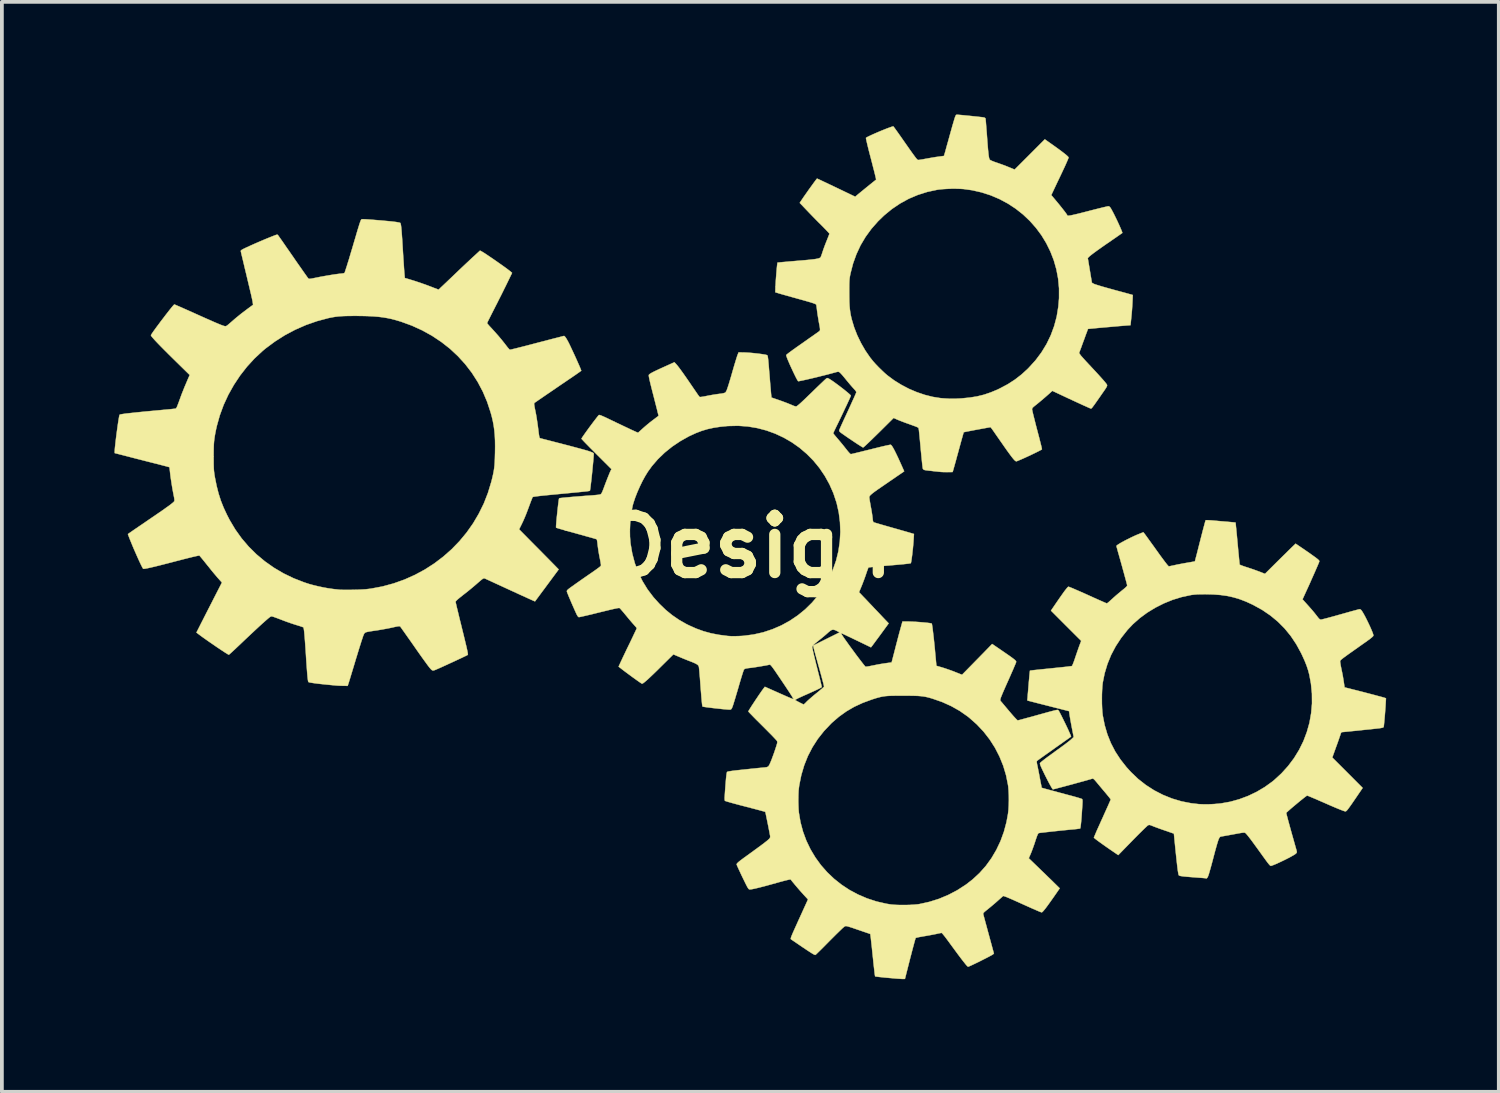
<source format=kicad_pcb>
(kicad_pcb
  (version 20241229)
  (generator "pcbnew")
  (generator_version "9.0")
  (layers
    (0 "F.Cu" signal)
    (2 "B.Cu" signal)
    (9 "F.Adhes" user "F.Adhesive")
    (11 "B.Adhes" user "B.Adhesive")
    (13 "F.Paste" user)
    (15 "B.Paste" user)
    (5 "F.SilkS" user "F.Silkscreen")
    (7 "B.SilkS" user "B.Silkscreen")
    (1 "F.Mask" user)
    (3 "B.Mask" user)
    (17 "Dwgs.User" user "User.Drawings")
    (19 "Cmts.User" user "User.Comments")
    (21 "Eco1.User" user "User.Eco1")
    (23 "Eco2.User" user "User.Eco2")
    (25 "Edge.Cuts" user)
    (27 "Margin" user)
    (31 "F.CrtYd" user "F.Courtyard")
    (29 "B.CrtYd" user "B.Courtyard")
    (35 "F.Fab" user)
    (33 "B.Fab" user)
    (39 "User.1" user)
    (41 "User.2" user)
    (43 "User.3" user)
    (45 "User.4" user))
  (footprint "Design"
    (layer "F.Cu")
    (at 16.934 11.511)
    (property "Reference" "Design" (at 0 0 0) (layer "F.SilkS") (effects (font (size 1.524 1.524) (thickness 0.3))))
    (attr through_hole)
    (fp_poly (pts (xy 12.181 -0.706) (xy 12.235 -0.703) (xy 12.301 -0.699) (xy 12.353 -0.694) (xy 12.442 -0.686) (xy 12.541 -0.677) (xy 12.637 -0.669) (xy 12.722 -0.662) (xy 12.744 -0.66) (xy 12.809 -0.654) (xy 12.863 -0.649) (xy 12.903 -0.645) (xy 12.924 -0.643) (xy 12.926 -0.642) (xy 12.928 -0.629) (xy 12.932 -0.593) (xy 12.937 -0.538) (xy 12.945 -0.464) (xy 12.953 -0.376) (xy 12.963 -0.275) (xy 12.973 -0.165) (xy 12.98 -0.088) (xy 12.991 0.028) (xy 13.001 0.137) (xy 13.011 0.235) (xy 13.019 0.319) (xy 13.026 0.389) (xy 13.031 0.44) (xy 13.035 0.47) (xy 13.036 0.477) (xy 13.049 0.485) (xy 13.082 0.499) (xy 13.131 0.517) (xy 13.192 0.538) (xy 13.234 0.551) (xy 13.315 0.578) (xy 13.402 0.607) (xy 13.484 0.637) (xy 13.554 0.663) (xy 13.569 0.668) (xy 13.71 0.724) (xy 14.033 0.403) (xy 14.112 0.325) (xy 14.189 0.249) (xy 14.262 0.178) (xy 14.326 0.114) (xy 14.38 0.061) (xy 14.421 0.021) (xy 14.442 0.001) (xy 14.526 -0.08) (xy 14.747 0.07) (xy 14.821 0.121) (xy 14.895 0.172) (xy 14.963 0.221) (xy 15.022 0.263) (xy 15.065 0.294) (xy 15.066 0.295) (xy 15.112 0.331) (xy 15.141 0.357) (xy 15.155 0.375) (xy 15.158 0.39) (xy 15.156 0.398) (xy 15.148 0.42) (xy 15.13 0.463) (xy 15.105 0.522) (xy 15.073 0.595) (xy 15.037 0.678) (xy 14.997 0.768) (xy 14.955 0.862) (xy 14.913 0.958) (xy 14.871 1.051) (xy 14.831 1.138) (xy 14.817 1.168) (xy 14.71 1.403) (xy 14.8 1.503) (xy 14.887 1.6) (xy 14.96 1.683) (xy 15.023 1.758) (xy 15.079 1.829) (xy 15.096 1.851) (xy 15.132 1.897) (xy 15.158 1.925) (xy 15.18 1.939) (xy 15.199 1.943) (xy 15.219 1.94) (xy 15.26 1.93) (xy 15.32 1.915) (xy 15.395 1.895) (xy 15.484 1.871) (xy 15.582 1.844) (xy 15.688 1.814) (xy 15.71 1.808) (xy 15.817 1.778) (xy 15.917 1.75) (xy 16.007 1.724) (xy 16.086 1.703) (xy 16.149 1.686) (xy 16.194 1.674) (xy 16.218 1.668) (xy 16.22 1.667) (xy 16.246 1.668) (xy 16.268 1.684) (xy 16.285 1.704) (xy 16.311 1.743) (xy 16.343 1.798) (xy 16.38 1.866) (xy 16.418 1.941) (xy 16.457 2.021) (xy 16.495 2.101) (xy 16.53 2.178) (xy 16.559 2.247) (xy 16.582 2.304) (xy 16.595 2.346) (xy 16.598 2.366) (xy 16.594 2.378) (xy 16.579 2.395) (xy 16.553 2.419) (xy 16.512 2.452) (xy 16.455 2.494) (xy 16.38 2.548) (xy 16.337 2.578) (xy 16.208 2.669) (xy 16.098 2.747) (xy 16.006 2.812) (xy 15.93 2.866) (xy 15.869 2.91) (xy 15.82 2.946) (xy 15.783 2.974) (xy 15.756 2.996) (xy 15.737 3.012) (xy 15.725 3.025) (xy 15.718 3.034) (xy 15.714 3.043) (xy 15.712 3.05) (xy 15.712 3.052) (xy 15.713 3.076) (xy 15.72 3.119) (xy 15.729 3.176) (xy 15.742 3.241) (xy 15.746 3.26) (xy 15.763 3.342) (xy 15.781 3.433) (xy 15.796 3.522) (xy 15.807 3.591) (xy 15.83 3.747) (xy 15.875 3.759) (xy 15.904 3.766) (xy 15.952 3.778) (xy 16.011 3.793) (xy 16.076 3.81) (xy 16.078 3.81) (xy 16.158 3.83) (xy 16.247 3.853) (xy 16.342 3.877) (xy 16.44 3.903) (xy 16.536 3.928) (xy 16.628 3.952) (xy 16.712 3.975) (xy 16.785 3.994) (xy 16.843 4.01) (xy 16.883 4.022) (xy 16.901 4.027) (xy 16.933 4.039) (xy 16.924 4.195) (xy 16.92 4.263) (xy 16.914 4.341) (xy 16.908 4.425) (xy 16.901 4.509) (xy 16.894 4.59) (xy 16.887 4.664) (xy 16.881 4.727) (xy 16.876 4.773) (xy 16.872 4.799) (xy 16.871 4.802) (xy 16.861 4.814) (xy 16.835 4.823) (xy 16.789 4.832) (xy 16.754 4.837) (xy 16.719 4.841) (xy 16.664 4.847) (xy 16.594 4.855) (xy 16.511 4.864) (xy 16.42 4.873) (xy 16.323 4.883) (xy 16.224 4.894) (xy 16.126 4.904) (xy 16.032 4.913) (xy 15.947 4.922) (xy 15.873 4.929) (xy 15.814 4.935) (xy 15.774 4.939) (xy 15.755 4.94) (xy 15.754 4.94) (xy 15.742 4.951) (xy 15.728 4.979) (xy 15.723 4.994) (xy 15.715 5.022) (xy 15.698 5.069) (xy 15.677 5.131) (xy 15.651 5.205) (xy 15.622 5.286) (xy 15.605 5.332) (xy 15.503 5.616) (xy 15.908 6.021) (xy 16.312 6.426) (xy 16.219 6.562) (xy 16.14 6.678) (xy 16.075 6.773) (xy 16.021 6.852) (xy 15.977 6.914) (xy 15.942 6.962) (xy 15.915 6.998) (xy 15.894 7.023) (xy 15.878 7.039) (xy 15.865 7.048) (xy 15.855 7.051) (xy 15.845 7.05) (xy 15.84 7.049) (xy 15.803 7.037) (xy 15.757 7.02) (xy 15.698 6.997) (xy 15.625 6.967) (xy 15.537 6.93) (xy 15.43 6.884) (xy 15.303 6.828) (xy 15.239 6.8) (xy 15.146 6.76) (xy 15.06 6.722) (xy 14.983 6.69) (xy 14.919 6.663) (xy 14.871 6.643) (xy 14.841 6.632) (xy 14.833 6.63) (xy 14.818 6.638) (xy 14.788 6.66) (xy 14.745 6.693) (xy 14.691 6.736) (xy 14.631 6.784) (xy 14.568 6.837) (xy 14.503 6.891) (xy 14.441 6.943) (xy 14.385 6.991) (xy 14.338 7.033) (xy 14.302 7.065) (xy 14.281 7.086) (xy 14.277 7.092) (xy 14.28 7.108) (xy 14.289 7.148) (xy 14.306 7.211) (xy 14.328 7.296) (xy 14.357 7.402) (xy 14.392 7.529) (xy 14.433 7.676) (xy 14.48 7.842) (xy 14.532 8.027) (xy 14.548 8.082) (xy 14.557 8.12) (xy 14.558 8.142) (xy 14.548 8.16) (xy 14.529 8.179) (xy 14.5 8.2) (xy 14.453 8.228) (xy 14.39 8.263) (xy 14.317 8.302) (xy 14.237 8.342) (xy 14.154 8.382) (xy 14.073 8.42) (xy 13.998 8.454) (xy 13.932 8.481) (xy 13.881 8.499) (xy 13.873 8.502) (xy 13.864 8.502) (xy 13.852 8.497) (xy 13.837 8.483) (xy 13.816 8.46) (xy 13.787 8.424) (xy 13.75 8.375) (xy 13.702 8.309) (xy 13.641 8.225) (xy 13.62 8.195) (xy 13.524 8.062) (xy 13.441 7.948) (xy 13.372 7.853) (xy 13.314 7.776) (xy 13.267 7.716) (xy 13.231 7.672) (xy 13.204 7.642) (xy 13.186 7.625) (xy 13.183 7.623) (xy 13.171 7.618) (xy 13.151 7.617) (xy 13.122 7.618) (xy 13.078 7.624) (xy 13.018 7.634) (xy 12.938 7.649) (xy 12.894 7.657) (xy 12.811 7.672) (xy 12.732 7.687) (xy 12.663 7.699) (xy 12.608 7.709) (xy 12.573 7.715) (xy 12.568 7.716) (xy 12.532 7.722) (xy 12.51 7.734) (xy 12.494 7.756) (xy 12.477 7.79) (xy 12.466 7.819) (xy 12.45 7.869) (xy 12.43 7.935) (xy 12.407 8.016) (xy 12.382 8.105) (xy 12.357 8.201) (xy 12.351 8.223) (xy 12.315 8.361) (xy 12.284 8.477) (xy 12.258 8.571) (xy 12.236 8.647) (xy 12.219 8.707) (xy 12.204 8.752) (xy 12.192 8.784) (xy 12.182 8.805) (xy 12.173 8.818) (xy 12.172 8.819) (xy 12.154 8.836) (xy 12.145 8.838) (xy 12.14 8.834) (xy 12.127 8.832) (xy 12.091 8.828) (xy 12.038 8.823) (xy 11.969 8.818) (xy 11.89 8.812) (xy 11.836 8.808) (xy 11.72 8.799) (xy 11.626 8.791) (xy 11.552 8.784) (xy 11.497 8.777) (xy 11.458 8.771) (xy 11.433 8.763) (xy 11.418 8.756) (xy 11.416 8.754) (xy 11.409 8.738) (xy 11.401 8.701) (xy 11.391 8.642) (xy 11.38 8.562) (xy 11.368 8.458) (xy 11.354 8.332) (xy 11.338 8.181) (xy 11.324 8.047) (xy 11.284 7.643) (xy 11.036 7.557) (xy 10.955 7.529) (xy 10.877 7.501) (xy 10.807 7.475) (xy 10.75 7.454) (xy 10.711 7.438) (xy 10.709 7.437) (xy 10.666 7.42) (xy 10.637 7.412) (xy 10.617 7.413) (xy 10.596 7.421) (xy 10.593 7.422) (xy 10.577 7.435) (xy 10.545 7.465) (xy 10.499 7.508) (xy 10.442 7.564) (xy 10.375 7.63) (xy 10.301 7.704) (xy 10.222 7.784) (xy 10.179 7.828) (xy 9.802 8.215) (xy 9.66 8.118) (xy 9.569 8.056) (xy 9.48 7.994) (xy 9.398 7.936) (xy 9.324 7.883) (xy 9.263 7.839) (xy 9.217 7.804) (xy 9.195 7.787) (xy 9.152 7.751) (xy 9.194 7.65) (xy 9.209 7.615) (xy 9.233 7.559) (xy 9.265 7.488) (xy 9.303 7.404) (xy 9.344 7.312) (xy 9.389 7.214) (xy 9.418 7.148) (xy 9.461 7.053) (xy 9.5 6.966) (xy 9.535 6.889) (xy 9.563 6.824) (xy 9.585 6.775) (xy 9.598 6.743) (xy 9.601 6.733) (xy 9.593 6.72) (xy 9.571 6.69) (xy 9.538 6.649) (xy 9.496 6.598) (xy 9.452 6.545) (xy 9.396 6.479) (xy 9.34 6.412) (xy 9.287 6.349) (xy 9.243 6.296) (xy 9.222 6.27) (xy 9.178 6.219) (xy 9.146 6.188) (xy 9.125 6.177) (xy 9.121 6.177) (xy 9.044 6.199) (xy 8.957 6.224) (xy 8.86 6.251) (xy 8.757 6.279) (xy 8.652 6.308) (xy 8.547 6.337) (xy 8.445 6.364) (xy 8.349 6.39) (xy 8.261 6.413) (xy 8.186 6.433) (xy 8.126 6.449) (xy 8.083 6.459) (xy 8.062 6.464) (xy 8.06 6.464) (xy 8.05 6.453) (xy 8.03 6.423) (xy 8.003 6.375) (xy 7.969 6.315) (xy 7.931 6.243) (xy 7.891 6.165) (xy 7.849 6.082) (xy 7.815 6.012) (xy 7.775 5.929) (xy 7.746 5.865) (xy 7.727 5.82) (xy 7.718 5.789) (xy 7.716 5.771) (xy 7.718 5.767) (xy 7.732 5.75) (xy 7.762 5.724) (xy 7.808 5.687) (xy 7.87 5.639) (xy 7.951 5.579) (xy 8.05 5.507) (xy 8.169 5.42) (xy 8.197 5.401) (xy 8.275 5.344) (xy 8.351 5.288) (xy 8.419 5.237) (xy 8.477 5.192) (xy 8.522 5.157) (xy 8.545 5.136) (xy 8.615 5.071) (xy 8.568 4.831) (xy 8.552 4.748) (xy 8.537 4.664) (xy 8.523 4.588) (xy 8.513 4.525) (xy 8.507 4.486) (xy 8.492 4.381) (xy 8.447 4.37) (xy 8.425 4.364) (xy 8.381 4.353) (xy 8.318 4.337) (xy 8.24 4.317) (xy 8.148 4.294) (xy 8.046 4.268) (xy 7.937 4.24) (xy 7.893 4.229) (xy 7.784 4.201) (xy 7.683 4.176) (xy 7.592 4.152) (xy 7.514 4.132) (xy 7.452 4.116) (xy 7.408 4.105) (xy 7.385 4.098) (xy 7.382 4.097) (xy 7.382 4.084) (xy 7.384 4.061) (xy 9.366 4.061) (xy 9.367 4.187) (xy 9.372 4.306) (xy 9.379 4.412) (xy 9.389 4.496) (xy 9.44 4.754) (xy 9.512 4.999) (xy 9.605 5.232) (xy 9.72 5.454) (xy 9.859 5.667) (xy 10.02 5.872) (xy 10.139 6.003) (xy 10.331 6.187) (xy 10.538 6.349) (xy 10.759 6.491) (xy 10.991 6.611) (xy 11.234 6.709) (xy 11.486 6.784) (xy 11.747 6.835) (xy 11.951 6.858) (xy 12.072 6.863) (xy 12.208 6.863) (xy 12.35 6.856) (xy 12.49 6.844) (xy 12.541 6.838) (xy 12.783 6.795) (xy 13.024 6.728) (xy 13.26 6.64) (xy 13.488 6.531) (xy 13.704 6.403) (xy 13.904 6.259) (xy 13.951 6.221) (xy 14.149 6.039) (xy 14.327 5.842) (xy 14.484 5.633) (xy 14.62 5.411) (xy 14.734 5.18) (xy 14.825 4.939) (xy 14.895 4.691) (xy 14.94 4.436) (xy 14.963 4.177) (xy 14.961 3.914) (xy 14.935 3.649) (xy 14.892 3.416) (xy 14.86 3.294) (xy 14.819 3.17) (xy 14.767 3.039) (xy 14.702 2.896) (xy 14.673 2.835) (xy 14.543 2.597) (xy 14.397 2.379) (xy 14.234 2.179) (xy 14.054 1.998) (xy 13.856 1.834) (xy 13.639 1.686) (xy 13.402 1.555) (xy 13.379 1.543) (xy 13.207 1.464) (xy 13.041 1.4) (xy 12.875 1.35) (xy 12.705 1.312) (xy 12.525 1.287) (xy 12.332 1.272) (xy 12.12 1.267) (xy 12.116 1.267) (xy 11.998 1.268) (xy 11.9 1.271) (xy 11.817 1.278) (xy 11.744 1.287) (xy 11.736 1.289) (xy 11.492 1.341) (xy 11.251 1.415) (xy 11.017 1.51) (xy 10.791 1.624) (xy 10.576 1.755) (xy 10.376 1.902) (xy 10.194 2.063) (xy 10.049 2.216) (xy 9.88 2.43) (xy 9.734 2.653) (xy 9.612 2.884) (xy 9.514 3.124) (xy 9.439 3.373) (xy 9.389 3.621) (xy 9.379 3.709) (xy 9.372 3.816) (xy 9.367 3.935) (xy 9.366 4.061) (xy 7.384 4.061) (xy 7.384 4.05) (xy 7.388 3.997) (xy 7.393 3.93) (xy 7.4 3.853) (xy 7.407 3.77) (xy 7.414 3.683) (xy 7.421 3.597) (xy 7.429 3.515) (xy 7.435 3.442) (xy 7.441 3.381) (xy 7.446 3.335) (xy 7.449 3.308) (xy 7.45 3.303) (xy 7.464 3.3) (xy 7.499 3.296) (xy 7.552 3.289) (xy 7.62 3.282) (xy 7.698 3.274) (xy 7.75 3.268) (xy 7.922 3.251) (xy 8.076 3.235) (xy 8.211 3.221) (xy 8.326 3.209) (xy 8.42 3.199) (xy 8.491 3.19) (xy 8.54 3.184) (xy 8.565 3.18) (xy 8.567 3.179) (xy 8.577 3.165) (xy 8.592 3.132) (xy 8.612 3.082) (xy 8.634 3.021) (xy 8.65 2.974) (xy 8.677 2.894) (xy 8.706 2.809) (xy 8.734 2.729) (xy 8.758 2.661) (xy 8.765 2.642) (xy 8.815 2.509) (xy 8.412 2.107) (xy 8.01 1.704) (xy 8.16 1.484) (xy 8.24 1.368) (xy 8.309 1.27) (xy 8.366 1.19) (xy 8.413 1.13) (xy 8.447 1.089) (xy 8.468 1.069) (xy 8.474 1.067) (xy 8.493 1.072) (xy 8.534 1.088) (xy 8.596 1.113) (xy 8.678 1.149) (xy 8.78 1.193) (xy 8.9 1.246) (xy 9.037 1.308) (xy 9.147 1.358) (xy 9.234 1.397) (xy 9.313 1.432) (xy 9.382 1.462) (xy 9.438 1.487) (xy 9.477 1.503) (xy 9.497 1.511) (xy 9.499 1.511) (xy 9.512 1.503) (xy 9.54 1.481) (xy 9.578 1.448) (xy 9.623 1.407) (xy 9.623 1.407) (xy 9.676 1.359) (xy 9.741 1.301) (xy 9.811 1.242) (xy 9.879 1.186) (xy 9.89 1.176) (xy 9.949 1.129) (xy 9.991 1.093) (xy 10.018 1.068) (xy 10.033 1.049) (xy 10.039 1.035) (xy 10.038 1.021) (xy 10.037 1.018) (xy 10.03 0.988) (xy 10.017 0.938) (xy 9.999 0.872) (xy 9.977 0.792) (xy 9.953 0.703) (xy 9.927 0.609) (xy 9.901 0.514) (xy 9.875 0.421) (xy 9.851 0.335) (xy 9.829 0.258) (xy 9.812 0.196) (xy 9.81 0.191) (xy 9.791 0.124) (xy 9.775 0.064) (xy 9.762 0.018) (xy 9.755 -0.012) (xy 9.754 -0.019) (xy 9.765 -0.034) (xy 9.796 -0.056) (xy 9.843 -0.086) (xy 9.904 -0.121) (xy 9.974 -0.159) (xy 10.052 -0.199) (xy 10.133 -0.239) (xy 10.213 -0.277) (xy 10.291 -0.312) (xy 10.35 -0.336) (xy 10.47 -0.384) (xy 10.499 -0.348) (xy 10.513 -0.33) (xy 10.54 -0.293) (xy 10.578 -0.241) (xy 10.625 -0.175) (xy 10.68 -0.099) (xy 10.742 -0.014) (xy 10.807 0.077) (xy 10.83 0.109) (xy 10.917 0.231) (xy 10.991 0.331) (xy 11.051 0.411) (xy 11.097 0.47) (xy 11.129 0.507) (xy 11.147 0.524) (xy 11.15 0.525) (xy 11.17 0.521) (xy 11.209 0.513) (xy 11.261 0.502) (xy 11.316 0.49) (xy 11.386 0.475) (xy 11.47 0.459) (xy 11.56 0.442) (xy 11.643 0.428) (xy 11.651 0.426) (xy 11.717 0.415) (xy 11.773 0.405) (xy 11.816 0.397) (xy 11.839 0.392) (xy 11.843 0.391) (xy 11.847 0.378) (xy 11.856 0.344) (xy 11.87 0.289) (xy 11.889 0.218) (xy 11.911 0.132) (xy 11.936 0.033) (xy 11.963 -0.074) (xy 11.983 -0.152) (xy 12.012 -0.266) (xy 12.039 -0.371) (xy 12.064 -0.467) (xy 12.086 -0.549) (xy 12.104 -0.617) (xy 12.118 -0.667) (xy 12.127 -0.696) (xy 12.129 -0.703) (xy 12.145 -0.706) (xy 12.181 -0.706)) (stroke (width 0.01) (type solid)) (fill yes) (layer "F.SilkS"))
    (fp_poly (pts (xy 5.527 -11.505) (xy 5.569 -11.501) (xy 5.628 -11.496) (xy 5.7 -11.489) (xy 5.78 -11.481) (xy 5.864 -11.473) (xy 5.947 -11.464) (xy 6.027 -11.456) (xy 6.097 -11.448) (xy 6.155 -11.442) (xy 6.196 -11.437) (xy 6.207 -11.435) (xy 6.244 -11.426) (xy 6.262 -11.412) (xy 6.267 -11.4) (xy 6.269 -11.381) (xy 6.273 -11.34) (xy 6.278 -11.28) (xy 6.284 -11.204) (xy 6.291 -11.115) (xy 6.299 -11.016) (xy 6.306 -10.923) (xy 6.316 -10.785) (xy 6.325 -10.669) (xy 6.333 -10.575) (xy 6.341 -10.499) (xy 6.347 -10.439) (xy 6.354 -10.393) (xy 6.36 -10.359) (xy 6.367 -10.335) (xy 6.374 -10.317) (xy 6.378 -10.31) (xy 6.398 -10.294) (xy 6.441 -10.274) (xy 6.504 -10.249) (xy 6.56 -10.23) (xy 6.64 -10.202) (xy 6.732 -10.169) (xy 6.821 -10.135) (xy 6.883 -10.11) (xy 7.042 -10.045) (xy 7.444 -10.447) (xy 7.846 -10.85) (xy 8.074 -10.689) (xy 8.184 -10.61) (xy 8.278 -10.541) (xy 8.355 -10.482) (xy 8.415 -10.434) (xy 8.456 -10.397) (xy 8.477 -10.373) (xy 8.479 -10.369) (xy 8.476 -10.354) (xy 8.462 -10.318) (xy 8.44 -10.266) (xy 8.411 -10.2) (xy 8.377 -10.124) (xy 8.337 -10.039) (xy 8.327 -10.018) (xy 8.282 -9.922) (xy 8.236 -9.825) (xy 8.191 -9.732) (xy 8.151 -9.647) (xy 8.117 -9.575) (xy 8.093 -9.524) (xy 8.018 -9.365) (xy 8.145 -9.213) (xy 8.214 -9.13) (xy 8.277 -9.052) (xy 8.333 -8.981) (xy 8.38 -8.921) (xy 8.415 -8.873) (xy 8.438 -8.84) (xy 8.445 -8.823) (xy 8.45 -8.817) (xy 8.465 -8.815) (xy 8.493 -8.817) (xy 8.534 -8.823) (xy 8.591 -8.835) (xy 8.665 -8.852) (xy 8.758 -8.874) (xy 8.871 -8.903) (xy 9.008 -8.938) (xy 9.041 -8.947) (xy 9.147 -8.974) (xy 9.246 -8.999) (xy 9.335 -9.021) (xy 9.412 -9.04) (xy 9.474 -9.054) (xy 9.516 -9.064) (xy 9.538 -9.068) (xy 9.539 -9.068) (xy 9.565 -9.06) (xy 9.59 -9.033) (xy 9.603 -9.014) (xy 9.627 -8.972) (xy 9.657 -8.916) (xy 9.691 -8.85) (xy 9.727 -8.777) (xy 9.764 -8.701) (xy 9.8 -8.624) (xy 9.833 -8.551) (xy 9.863 -8.484) (xy 9.886 -8.428) (xy 9.903 -8.386) (xy 9.91 -8.361) (xy 9.91 -8.356) (xy 9.897 -8.347) (xy 9.866 -8.325) (xy 9.82 -8.293) (xy 9.761 -8.252) (xy 9.692 -8.204) (xy 9.616 -8.152) (xy 9.608 -8.146) (xy 9.468 -8.05) (xy 9.345 -7.964) (xy 9.241 -7.89) (xy 9.155 -7.827) (xy 9.089 -7.777) (xy 9.042 -7.739) (xy 9.02 -7.718) (xy 8.99 -7.687) (xy 9.1 -7.03) (xy 9.153 -7) (xy 9.177 -6.99) (xy 9.223 -6.975) (xy 9.287 -6.955) (xy 9.366 -6.931) (xy 9.457 -6.905) (xy 9.557 -6.877) (xy 9.648 -6.852) (xy 9.752 -6.823) (xy 9.85 -6.797) (xy 9.939 -6.773) (xy 10.016 -6.752) (xy 10.077 -6.735) (xy 10.12 -6.723) (xy 10.14 -6.718) (xy 10.189 -6.703) (xy 10.18 -6.504) (xy 10.175 -6.414) (xy 10.168 -6.311) (xy 10.159 -6.206) (xy 10.15 -6.113) (xy 10.149 -6.102) (xy 10.128 -5.899) (xy 10.001 -5.89) (xy 9.957 -5.886) (xy 9.896 -5.881) (xy 9.82 -5.875) (xy 9.734 -5.867) (xy 9.64 -5.859) (xy 9.543 -5.85) (xy 9.444 -5.842) (xy 9.347 -5.833) (xy 9.256 -5.825) (xy 9.173 -5.817) (xy 9.103 -5.81) (xy 9.048 -5.805) (xy 9.011 -5.801) (xy 8.996 -5.8) (xy 8.996 -5.8) (xy 8.991 -5.788) (xy 8.979 -5.755) (xy 8.961 -5.706) (xy 8.937 -5.643) (xy 8.911 -5.57) (xy 8.899 -5.537) (xy 8.869 -5.457) (xy 8.841 -5.38) (xy 8.817 -5.313) (xy 8.797 -5.26) (xy 8.783 -5.224) (xy 8.781 -5.217) (xy 8.758 -5.158) (xy 8.793 -5.108) (xy 8.812 -5.083) (xy 8.846 -5.044) (xy 8.891 -4.994) (xy 8.942 -4.938) (xy 8.994 -4.882) (xy 9.096 -4.773) (xy 9.19 -4.672) (xy 9.273 -4.582) (xy 9.345 -4.502) (xy 9.404 -4.436) (xy 9.448 -4.385) (xy 9.476 -4.349) (xy 9.482 -4.342) (xy 9.493 -4.326) (xy 9.501 -4.313) (xy 9.505 -4.299) (xy 9.503 -4.283) (xy 9.494 -4.261) (xy 9.477 -4.23) (xy 9.45 -4.189) (xy 9.413 -4.135) (xy 9.363 -4.064) (xy 9.315 -3.994) (xy 9.252 -3.904) (xy 9.202 -3.833) (xy 9.163 -3.778) (xy 9.133 -3.738) (xy 9.112 -3.71) (xy 9.097 -3.692) (xy 9.086 -3.683) (xy 9.078 -3.679) (xy 9.071 -3.679) (xy 9.068 -3.68) (xy 9.046 -3.689) (xy 9.004 -3.707) (xy 8.945 -3.734) (xy 8.87 -3.767) (xy 8.784 -3.807) (xy 8.688 -3.851) (xy 8.586 -3.898) (xy 8.48 -3.947) (xy 8.372 -3.998) (xy 8.357 -4.005) (xy 8.046 -4.151) (xy 7.97 -4.082) (xy 7.902 -4.022) (xy 7.826 -3.956) (xy 7.748 -3.89) (xy 7.674 -3.828) (xy 7.61 -3.776) (xy 7.584 -3.756) (xy 7.543 -3.722) (xy 7.519 -3.697) (xy 7.508 -3.676) (xy 7.506 -3.659) (xy 7.509 -3.639) (xy 7.518 -3.597) (xy 7.532 -3.537) (xy 7.551 -3.46) (xy 7.574 -3.37) (xy 7.599 -3.269) (xy 7.627 -3.161) (xy 7.639 -3.116) (xy 7.668 -3.006) (xy 7.695 -2.904) (xy 7.718 -2.812) (xy 7.738 -2.733) (xy 7.754 -2.669) (xy 7.764 -2.623) (xy 7.769 -2.597) (xy 7.77 -2.594) (xy 7.758 -2.584) (xy 7.726 -2.567) (xy 7.678 -2.542) (xy 7.618 -2.512) (xy 7.548 -2.478) (xy 7.473 -2.442) (xy 7.396 -2.406) (xy 7.32 -2.371) (xy 7.249 -2.339) (xy 7.186 -2.312) (xy 7.136 -2.291) (xy 7.101 -2.277) (xy 7.086 -2.273) (xy 7.071 -2.278) (xy 7.051 -2.292) (xy 7.026 -2.317) (xy 6.993 -2.356) (xy 6.952 -2.408) (xy 6.901 -2.477) (xy 6.839 -2.562) (xy 6.765 -2.667) (xy 6.707 -2.751) (xy 6.647 -2.836) (xy 6.591 -2.917) (xy 6.54 -2.99) (xy 6.497 -3.052) (xy 6.463 -3.101) (xy 6.44 -3.133) (xy 6.431 -3.144) (xy 6.402 -3.184) (xy 6.047 -3.119) (xy 5.955 -3.102) (xy 5.872 -3.086) (xy 5.8 -3.072) (xy 5.743 -3.061) (xy 5.704 -3.052) (xy 5.686 -3.048) (xy 5.686 -3.047) (xy 5.681 -3.034) (xy 5.671 -2.999) (xy 5.656 -2.945) (xy 5.636 -2.875) (xy 5.613 -2.792) (xy 5.587 -2.697) (xy 5.559 -2.595) (xy 5.558 -2.591) (xy 5.529 -2.484) (xy 5.501 -2.383) (xy 5.476 -2.289) (xy 5.453 -2.207) (xy 5.434 -2.139) (xy 5.42 -2.09) (xy 5.413 -2.064) (xy 5.39 -1.988) (xy 5.263 -1.986) (xy 5.203 -1.986) (xy 5.146 -1.987) (xy 5.101 -1.989) (xy 5.086 -1.99) (xy 5.034 -1.995) (xy 4.969 -2.002) (xy 4.898 -2.009) (xy 4.827 -2.018) (xy 4.76 -2.025) (xy 4.704 -2.032) (xy 4.663 -2.038) (xy 4.645 -2.041) (xy 4.611 -2.057) (xy 4.597 -2.077) (xy 4.594 -2.096) (xy 4.588 -2.137) (xy 4.581 -2.197) (xy 4.573 -2.274) (xy 4.564 -2.365) (xy 4.554 -2.467) (xy 4.543 -2.576) (xy 4.541 -2.601) (xy 4.531 -2.712) (xy 4.521 -2.817) (xy 4.512 -2.911) (xy 4.504 -2.993) (xy 4.497 -3.059) (xy 4.492 -3.107) (xy 4.488 -3.133) (xy 4.488 -3.135) (xy 4.485 -3.148) (xy 4.482 -3.159) (xy 4.475 -3.168) (xy 4.46 -3.178) (xy 4.436 -3.189) (xy 4.4 -3.204) (xy 4.347 -3.223) (xy 4.276 -3.249) (xy 4.204 -3.275) (xy 4.127 -3.302) (xy 4.052 -3.331) (xy 3.984 -3.357) (xy 3.93 -3.379) (xy 3.906 -3.389) (xy 3.819 -3.429) (xy 3.422 -3.035) (xy 3.338 -2.953) (xy 3.26 -2.877) (xy 3.189 -2.808) (xy 3.127 -2.749) (xy 3.076 -2.701) (xy 3.037 -2.666) (xy 3.013 -2.646) (xy 3.007 -2.642) (xy 2.992 -2.648) (xy 2.96 -2.668) (xy 2.913 -2.697) (xy 2.855 -2.734) (xy 2.79 -2.777) (xy 2.72 -2.824) (xy 2.648 -2.872) (xy 2.579 -2.919) (xy 2.515 -2.964) (xy 2.459 -3.003) (xy 2.428 -3.025) (xy 2.391 -3.054) (xy 2.373 -3.075) (xy 2.368 -3.092) (xy 2.37 -3.103) (xy 2.377 -3.121) (xy 2.394 -3.159) (xy 2.418 -3.214) (xy 2.449 -3.283) (xy 2.485 -3.362) (xy 2.525 -3.448) (xy 2.537 -3.473) (xy 2.609 -3.629) (xy 2.67 -3.762) (xy 2.72 -3.873) (xy 2.761 -3.962) (xy 2.791 -4.03) (xy 2.811 -4.077) (xy 2.821 -4.1) (xy 2.824 -4.116) (xy 2.818 -4.134) (xy 2.801 -4.159) (xy 2.77 -4.195) (xy 2.752 -4.214) (xy 2.715 -4.255) (xy 2.668 -4.309) (xy 2.615 -4.372) (xy 2.562 -4.436) (xy 2.542 -4.461) (xy 2.496 -4.517) (xy 2.453 -4.568) (xy 2.416 -4.609) (xy 2.389 -4.636) (xy 2.379 -4.644) (xy 2.36 -4.655) (xy 2.341 -4.659) (xy 2.314 -4.656) (xy 2.271 -4.644) (xy 2.269 -4.644) (xy 2.186 -4.621) (xy 2.092 -4.596) (xy 1.991 -4.57) (xy 1.885 -4.544) (xy 1.779 -4.517) (xy 1.675 -4.492) (xy 1.576 -4.469) (xy 1.486 -4.448) (xy 1.408 -4.431) (xy 1.345 -4.418) (xy 1.3 -4.409) (xy 1.278 -4.407) (xy 1.267 -4.418) (xy 1.248 -4.449) (xy 1.222 -4.497) (xy 1.192 -4.557) (xy 1.158 -4.627) (xy 1.122 -4.703) (xy 1.086 -4.781) (xy 1.051 -4.858) (xy 1.02 -4.93) (xy 0.993 -4.994) (xy 0.973 -5.047) (xy 0.961 -5.085) (xy 0.958 -5.103) (xy 0.958 -5.104) (xy 0.974 -5.12) (xy 1.011 -5.15) (xy 1.07 -5.194) (xy 1.149 -5.252) (xy 1.25 -5.324) (xy 1.372 -5.409) (xy 1.448 -5.463) (xy 1.528 -5.519) (xy 1.604 -5.573) (xy 1.674 -5.621) (xy 1.732 -5.663) (xy 1.777 -5.694) (xy 1.805 -5.714) (xy 1.806 -5.715) (xy 1.827 -5.73) (xy 1.843 -5.742) (xy 1.853 -5.755) (xy 1.858 -5.773) (xy 1.858 -5.798) (xy 1.854 -5.836) (xy 1.845 -5.889) (xy 1.831 -5.961) (xy 1.822 -6.013) (xy 1.809 -6.09) (xy 1.796 -6.171) (xy 1.785 -6.246) (xy 1.778 -6.299) (xy 1.772 -6.354) (xy 1.765 -6.401) (xy 1.76 -6.433) (xy 1.758 -6.441) (xy 1.754 -6.449) (xy 1.745 -6.457) (xy 1.729 -6.466) (xy 1.704 -6.476) (xy 1.667 -6.489) (xy 1.618 -6.505) (xy 1.553 -6.524) (xy 1.47 -6.548) (xy 1.367 -6.577) (xy 1.243 -6.611) (xy 1.206 -6.622) (xy 1.107 -6.649) (xy 1.013 -6.676) (xy 0.926 -6.7) (xy 0.851 -6.721) (xy 0.792 -6.738) (xy 0.752 -6.75) (xy 0.743 -6.753) (xy 0.692 -6.769) (xy 2.636 -6.769) (xy 2.637 -6.634) (xy 2.639 -6.519) (xy 2.644 -6.419) (xy 2.652 -6.331) (xy 2.663 -6.248) (xy 2.677 -6.167) (xy 2.696 -6.082) (xy 2.706 -6.044) (xy 2.768 -5.838) (xy 2.85 -5.629) (xy 2.95 -5.423) (xy 3.064 -5.225) (xy 3.19 -5.042) (xy 3.27 -4.941) (xy 3.337 -4.866) (xy 3.416 -4.783) (xy 3.501 -4.7) (xy 3.584 -4.622) (xy 3.656 -4.56) (xy 3.833 -4.429) (xy 4.025 -4.31) (xy 4.227 -4.204) (xy 4.437 -4.115) (xy 4.649 -4.043) (xy 4.86 -3.99) (xy 5.066 -3.957) (xy 5.138 -3.951) (xy 5.23 -3.945) (xy 5.305 -3.941) (xy 5.371 -3.94) (xy 5.434 -3.94) (xy 5.503 -3.943) (xy 5.586 -3.947) (xy 5.633 -3.95) (xy 5.844 -3.971) (xy 6.039 -4.002) (xy 6.223 -4.047) (xy 6.403 -4.108) (xy 6.586 -4.184) (xy 6.651 -4.216) (xy 6.86 -4.327) (xy 7.05 -4.45) (xy 7.228 -4.588) (xy 7.399 -4.745) (xy 7.416 -4.763) (xy 7.597 -4.962) (xy 7.756 -5.174) (xy 7.892 -5.397) (xy 8.005 -5.631) (xy 8.095 -5.875) (xy 8.163 -6.13) (xy 8.206 -6.395) (xy 8.225 -6.619) (xy 8.225 -6.88) (xy 8.201 -7.137) (xy 8.154 -7.386) (xy 8.085 -7.628) (xy 7.995 -7.86) (xy 7.885 -8.083) (xy 7.757 -8.294) (xy 7.61 -8.492) (xy 7.446 -8.677) (xy 7.266 -8.848) (xy 7.071 -9.002) (xy 6.862 -9.139) (xy 6.64 -9.258) (xy 6.406 -9.358) (xy 6.161 -9.437) (xy 5.906 -9.495) (xy 5.683 -9.526) (xy 5.588 -9.532) (xy 5.477 -9.535) (xy 5.358 -9.535) (xy 5.238 -9.53) (xy 5.124 -9.523) (xy 5.024 -9.513) (xy 4.978 -9.506) (xy 4.716 -9.45) (xy 4.464 -9.37) (xy 4.223 -9.268) (xy 3.993 -9.142) (xy 3.773 -8.994) (xy 3.565 -8.823) (xy 3.404 -8.667) (xy 3.226 -8.465) (xy 3.071 -8.252) (xy 2.938 -8.028) (xy 2.828 -7.792) (xy 2.738 -7.542) (xy 2.67 -7.28) (xy 2.66 -7.23) (xy 2.652 -7.187) (xy 2.646 -7.146) (xy 2.642 -7.103) (xy 2.639 -7.054) (xy 2.637 -6.994) (xy 2.636 -6.92) (xy 2.636 -6.827) (xy 2.636 -6.769) (xy 0.692 -6.769) (xy 0.667 -6.777) (xy 0.67 -6.897) (xy 0.673 -6.95) (xy 0.677 -7.022) (xy 0.682 -7.106) (xy 0.689 -7.195) (xy 0.696 -7.286) (xy 0.703 -7.37) (xy 0.71 -7.444) (xy 0.716 -7.499) (xy 0.718 -7.514) (xy 0.725 -7.566) (xy 0.804 -7.574) (xy 0.835 -7.577) (xy 0.888 -7.582) (xy 0.959 -7.588) (xy 1.045 -7.596) (xy 1.142 -7.604) (xy 1.247 -7.613) (xy 1.331 -7.62) (xy 1.461 -7.631) (xy 1.567 -7.641) (xy 1.654 -7.651) (xy 1.722 -7.659) (xy 1.774 -7.668) (xy 1.813 -7.676) (xy 1.84 -7.686) (xy 1.86 -7.696) (xy 1.873 -7.708) (xy 1.874 -7.71) (xy 1.884 -7.729) (xy 1.898 -7.767) (xy 1.915 -7.817) (xy 1.928 -7.857) (xy 1.949 -7.92) (xy 1.977 -7.997) (xy 2.008 -8.078) (xy 2.038 -8.153) (xy 2.039 -8.155) (xy 2.063 -8.216) (xy 2.084 -8.269) (xy 2.1 -8.31) (xy 2.108 -8.334) (xy 2.108 -8.337) (xy 2.1 -8.349) (xy 2.075 -8.377) (xy 2.038 -8.417) (xy 1.99 -8.466) (xy 1.935 -8.523) (xy 1.904 -8.554) (xy 1.828 -8.629) (xy 1.743 -8.715) (xy 1.656 -8.804) (xy 1.574 -8.889) (xy 1.509 -8.957) (xy 1.318 -9.157) (xy 1.353 -9.211) (xy 1.382 -9.254) (xy 1.419 -9.309) (xy 1.463 -9.372) (xy 1.511 -9.44) (xy 1.56 -9.51) (xy 1.61 -9.579) (xy 1.657 -9.644) (xy 1.699 -9.702) (xy 1.735 -9.75) (xy 1.761 -9.784) (xy 1.776 -9.802) (xy 1.778 -9.804) (xy 1.791 -9.799) (xy 1.825 -9.784) (xy 1.877 -9.76) (xy 1.944 -9.728) (xy 2.025 -9.69) (xy 2.117 -9.646) (xy 2.218 -9.598) (xy 2.292 -9.563) (xy 2.796 -9.321) (xy 2.855 -9.372) (xy 2.876 -9.39) (xy 2.913 -9.42) (xy 2.961 -9.459) (xy 3.017 -9.505) (xy 3.078 -9.555) (xy 3.14 -9.605) (xy 3.2 -9.654) (xy 3.255 -9.698) (xy 3.301 -9.735) (xy 3.334 -9.761) (xy 3.351 -9.774) (xy 3.351 -9.775) (xy 3.352 -9.78) (xy 3.349 -9.796) (xy 3.344 -9.824) (xy 3.334 -9.865) (xy 3.321 -9.92) (xy 3.303 -9.993) (xy 3.279 -10.084) (xy 3.251 -10.195) (xy 3.217 -10.327) (xy 3.186 -10.445) (xy 3.16 -10.545) (xy 3.137 -10.638) (xy 3.117 -10.721) (xy 3.101 -10.79) (xy 3.089 -10.843) (xy 3.083 -10.876) (xy 3.082 -10.888) (xy 3.098 -10.9) (xy 3.133 -10.919) (xy 3.185 -10.944) (xy 3.249 -10.974) (xy 3.323 -11.007) (xy 3.402 -11.041) (xy 3.482 -11.075) (xy 3.562 -11.107) (xy 3.636 -11.137) (xy 3.702 -11.161) (xy 3.755 -11.18) (xy 3.793 -11.192) (xy 3.811 -11.194) (xy 3.812 -11.194) (xy 3.821 -11.182) (xy 3.844 -11.152) (xy 3.876 -11.107) (xy 3.918 -11.049) (xy 3.966 -10.981) (xy 4.019 -10.906) (xy 4.028 -10.893) (xy 4.116 -10.767) (xy 4.191 -10.66) (xy 4.254 -10.57) (xy 4.306 -10.497) (xy 4.348 -10.439) (xy 4.382 -10.393) (xy 4.408 -10.358) (xy 4.428 -10.334) (xy 4.444 -10.317) (xy 4.456 -10.307) (xy 4.465 -10.302) (xy 4.474 -10.3) (xy 4.477 -10.3) (xy 4.501 -10.302) (xy 4.544 -10.309) (xy 4.6 -10.318) (xy 4.664 -10.33) (xy 4.676 -10.332) (xy 4.758 -10.347) (xy 4.85 -10.363) (xy 4.94 -10.378) (xy 5.002 -10.386) (xy 5.16 -10.408) (xy 5.184 -10.49) (xy 5.194 -10.524) (xy 5.209 -10.579) (xy 5.228 -10.65) (xy 5.251 -10.732) (xy 5.277 -10.823) (xy 5.303 -10.918) (xy 5.304 -10.922) (xy 5.331 -11.019) (xy 5.358 -11.115) (xy 5.383 -11.205) (xy 5.406 -11.283) (xy 5.425 -11.347) (xy 5.437 -11.389) (xy 5.455 -11.443) (xy 5.469 -11.478) (xy 5.481 -11.497) (xy 5.493 -11.505) (xy 5.505 -11.506) (xy 5.527 -11.505)) (stroke (width 0.01) (type solid)) (fill yes) (layer "F.SilkS"))
    (fp_poly (pts (xy -10.331 -8.723) (xy -10.32 -8.722) (xy -10.316 -8.722) (xy -10.29 -8.722) (xy -10.242 -8.72) (xy -10.177 -8.716) (xy -10.098 -8.71) (xy -10.009 -8.703) (xy -9.914 -8.695) (xy -9.817 -8.687) (xy -9.722 -8.678) (xy -9.632 -8.67) (xy -9.552 -8.662) (xy -9.486 -8.654) (xy -9.436 -8.648) (xy -9.43 -8.647) (xy -9.383 -8.639) (xy -9.345 -8.631) (xy -9.324 -8.625) (xy -9.323 -8.624) (xy -9.316 -8.613) (xy -9.309 -8.588) (xy -9.302 -8.547) (xy -9.295 -8.489) (xy -9.288 -8.412) (xy -9.281 -8.315) (xy -9.272 -8.194) (xy -9.265 -8.077) (xy -9.253 -7.879) (xy -9.242 -7.705) (xy -9.232 -7.557) (xy -9.224 -7.433) (xy -9.217 -7.335) (xy -9.211 -7.262) (xy -9.21 -7.252) (xy -9.201 -7.156) (xy -9.144 -7.14) (xy -8.957 -7.083) (xy -8.77 -7.021) (xy -8.594 -6.958) (xy -8.515 -6.928) (xy -8.303 -6.846) (xy -8.185 -6.957) (xy -8.144 -6.996) (xy -8.088 -7.049) (xy -8.021 -7.113) (xy -7.948 -7.182) (xy -7.873 -7.254) (xy -7.809 -7.315) (xy -7.73 -7.391) (xy -7.646 -7.47) (xy -7.562 -7.549) (xy -7.483 -7.623) (xy -7.414 -7.688) (xy -7.374 -7.724) (xy -7.198 -7.886) (xy -7.158 -7.865) (xy -7.125 -7.846) (xy -7.075 -7.815) (xy -7.012 -7.773) (xy -6.938 -7.723) (xy -6.857 -7.668) (xy -6.773 -7.61) (xy -6.689 -7.551) (xy -6.608 -7.494) (xy -6.534 -7.441) (xy -6.47 -7.394) (xy -6.419 -7.355) (xy -6.388 -7.331) (xy -6.344 -7.293) (xy -6.476 -7.022) (xy -6.516 -6.94) (xy -6.565 -6.842) (xy -6.619 -6.732) (xy -6.678 -6.616) (xy -6.736 -6.5) (xy -6.793 -6.389) (xy -6.809 -6.357) (xy -6.856 -6.265) (xy -6.899 -6.18) (xy -6.937 -6.104) (xy -6.969 -6.041) (xy -6.992 -5.994) (xy -7.006 -5.964) (xy -7.01 -5.954) (xy -7.002 -5.942) (xy -6.98 -5.915) (xy -6.947 -5.877) (xy -6.906 -5.833) (xy -6.9 -5.827) (xy -6.803 -5.72) (xy -6.708 -5.613) (xy -6.621 -5.509) (xy -6.545 -5.414) (xy -6.496 -5.35) (xy -6.462 -5.306) (xy -6.432 -5.272) (xy -6.41 -5.25) (xy -6.401 -5.246) (xy -6.388 -5.248) (xy -6.36 -5.253) (xy -6.317 -5.264) (xy -6.257 -5.278) (xy -6.179 -5.298) (xy -6.083 -5.322) (xy -5.966 -5.352) (xy -5.829 -5.388) (xy -5.669 -5.43) (xy -5.486 -5.477) (xy -5.407 -5.498) (xy -5.305 -5.525) (xy -5.211 -5.549) (xy -5.128 -5.57) (xy -5.059 -5.588) (xy -5.006 -5.602) (xy -4.972 -5.611) (xy -4.959 -5.613) (xy -4.942 -5.602) (xy -4.917 -5.571) (xy -4.887 -5.524) (xy -4.853 -5.463) (xy -4.842 -5.442) (xy -4.813 -5.384) (xy -4.78 -5.314) (xy -4.743 -5.235) (xy -4.704 -5.152) (xy -4.665 -5.067) (xy -4.627 -4.983) (xy -4.592 -4.904) (xy -4.56 -4.832) (xy -4.534 -4.771) (xy -4.515 -4.724) (xy -4.504 -4.695) (xy -4.502 -4.686) (xy -4.514 -4.677) (xy -4.544 -4.655) (xy -4.59 -4.623) (xy -4.648 -4.582) (xy -4.717 -4.535) (xy -4.793 -4.483) (xy -4.804 -4.476) (xy -4.893 -4.415) (xy -4.989 -4.35) (xy -5.088 -4.283) (xy -5.188 -4.214) (xy -5.287 -4.147) (xy -5.382 -4.082) (xy -5.471 -4.021) (xy -5.551 -3.966) (xy -5.621 -3.918) (xy -5.677 -3.879) (xy -5.718 -3.851) (xy -5.741 -3.835) (xy -5.743 -3.833) (xy -5.751 -3.825) (xy -5.756 -3.815) (xy -5.757 -3.796) (xy -5.753 -3.767) (xy -5.746 -3.723) (xy -5.734 -3.661) (xy -5.723 -3.607) (xy -5.706 -3.522) (xy -5.689 -3.421) (xy -5.673 -3.314) (xy -5.658 -3.21) (xy -5.65 -3.146) (xy -5.639 -3.057) (xy -5.63 -2.99) (xy -5.622 -2.942) (xy -5.615 -2.912) (xy -5.608 -2.895) (xy -5.601 -2.89) (xy -5.585 -2.885) (xy -5.546 -2.875) (xy -5.49 -2.86) (xy -5.418 -2.842) (xy -5.333 -2.82) (xy -5.24 -2.796) (xy -5.182 -2.781) (xy -4.998 -2.733) (xy -4.837 -2.692) (xy -4.699 -2.655) (xy -4.58 -2.623) (xy -4.48 -2.596) (xy -4.397 -2.573) (xy -4.329 -2.553) (xy -4.276 -2.536) (xy -4.236 -2.521) (xy -4.206 -2.509) (xy -4.186 -2.498) (xy -4.174 -2.489) (xy -4.17 -2.482) (xy -4.169 -2.464) (xy -4.171 -2.426) (xy -4.175 -2.369) (xy -4.181 -2.297) (xy -4.189 -2.213) (xy -4.198 -2.122) (xy -4.207 -2.026) (xy -4.217 -1.928) (xy -4.227 -1.833) (xy -4.237 -1.742) (xy -4.247 -1.661) (xy -4.255 -1.591) (xy -4.262 -1.538) (xy -4.268 -1.503) (xy -4.272 -1.49) (xy -4.279 -1.487) (xy -4.298 -1.483) (xy -4.329 -1.478) (xy -4.374 -1.472) (xy -4.435 -1.466) (xy -4.513 -1.458) (xy -4.611 -1.448) (xy -4.73 -1.437) (xy -4.871 -1.423) (xy -4.947 -1.416) (xy -5.127 -1.399) (xy -5.284 -1.384) (xy -5.418 -1.371) (xy -5.529 -1.36) (xy -5.619 -1.35) (xy -5.69 -1.341) (xy -5.742 -1.334) (xy -5.776 -1.328) (xy -5.793 -1.323) (xy -5.795 -1.322) (xy -5.803 -1.307) (xy -5.817 -1.272) (xy -5.837 -1.222) (xy -5.861 -1.159) (xy -5.886 -1.091) (xy -5.933 -0.965) (xy -5.974 -0.858) (xy -6.013 -0.764) (xy -6.051 -0.678) (xy -6.091 -0.594) (xy -6.106 -0.564) (xy -6.157 -0.462) (xy -5.762 -0.062) (xy -5.673 0.027) (xy -5.585 0.116) (xy -5.501 0.201) (xy -5.422 0.281) (xy -5.352 0.352) (xy -5.294 0.411) (xy -5.249 0.457) (xy -5.234 0.472) (xy -5.103 0.606) (xy -5.417 1.03) (xy -5.484 1.121) (xy -5.547 1.205) (xy -5.603 1.281) (xy -5.651 1.346) (xy -5.69 1.398) (xy -5.717 1.435) (xy -5.732 1.455) (xy -5.734 1.457) (xy -5.745 1.453) (xy -5.778 1.439) (xy -5.829 1.416) (xy -5.898 1.385) (xy -5.98 1.347) (xy -6.076 1.304) (xy -6.181 1.256) (xy -6.295 1.203) (xy -6.357 1.175) (xy -6.477 1.12) (xy -6.591 1.067) (xy -6.698 1.018) (xy -6.794 0.974) (xy -6.878 0.935) (xy -6.947 0.903) (xy -6.999 0.88) (xy -7.031 0.865) (xy -7.038 0.862) (xy -7.06 0.851) (xy -7.076 0.845) (xy -7.092 0.843) (xy -7.109 0.847) (xy -7.131 0.86) (xy -7.162 0.883) (xy -7.203 0.918) (xy -7.259 0.966) (xy -7.308 1.009) (xy -7.375 1.066) (xy -7.447 1.126) (xy -7.519 1.185) (xy -7.581 1.234) (xy -7.598 1.247) (xy -7.68 1.311) (xy -7.742 1.361) (xy -7.789 1.4) (xy -7.82 1.429) (xy -7.839 1.45) (xy -7.848 1.466) (xy -7.849 1.471) (xy -7.846 1.488) (xy -7.837 1.526) (xy -7.824 1.584) (xy -7.806 1.659) (xy -7.784 1.748) (xy -7.76 1.849) (xy -7.733 1.96) (xy -7.71 2.051) (xy -7.67 2.215) (xy -7.635 2.356) (xy -7.606 2.476) (xy -7.582 2.577) (xy -7.562 2.659) (xy -7.547 2.726) (xy -7.536 2.778) (xy -7.528 2.817) (xy -7.524 2.846) (xy -7.522 2.865) (xy -7.523 2.877) (xy -7.526 2.883) (xy -7.54 2.89) (xy -7.573 2.907) (xy -7.624 2.931) (xy -7.688 2.962) (xy -7.763 2.997) (xy -7.846 3.036) (xy -7.933 3.076) (xy -8.021 3.116) (xy -8.107 3.156) (xy -8.188 3.193) (xy -8.261 3.226) (xy -8.323 3.253) (xy -8.347 3.264) (xy -8.397 3.285) (xy -8.43 3.296) (xy -8.453 3.298) (xy -8.471 3.293) (xy -8.474 3.291) (xy -8.487 3.282) (xy -8.502 3.268) (xy -8.522 3.246) (xy -8.548 3.215) (xy -8.58 3.174) (xy -8.619 3.121) (xy -8.667 3.055) (xy -8.726 2.974) (xy -8.795 2.877) (xy -8.876 2.762) (xy -8.97 2.627) (xy -8.973 2.623) (xy -9.042 2.524) (xy -9.108 2.431) (xy -9.167 2.347) (xy -9.219 2.273) (xy -9.263 2.212) (xy -9.296 2.165) (xy -9.318 2.135) (xy -9.326 2.124) (xy -9.337 2.119) (xy -9.358 2.118) (xy -9.393 2.123) (xy -9.445 2.133) (xy -9.517 2.149) (xy -9.525 2.151) (xy -9.603 2.168) (xy -9.696 2.186) (xy -9.796 2.204) (xy -9.894 2.221) (xy -9.944 2.229) (xy -10.042 2.243) (xy -10.118 2.255) (xy -10.175 2.265) (xy -10.217 2.274) (xy -10.246 2.284) (xy -10.266 2.296) (xy -10.28 2.311) (xy -10.29 2.33) (xy -10.301 2.355) (xy -10.304 2.362) (xy -10.315 2.39) (xy -10.331 2.44) (xy -10.354 2.508) (xy -10.38 2.591) (xy -10.411 2.688) (xy -10.444 2.795) (xy -10.479 2.91) (xy -10.509 3.007) (xy -10.544 3.125) (xy -10.578 3.237) (xy -10.61 3.342) (xy -10.638 3.435) (xy -10.662 3.515) (xy -10.682 3.578) (xy -10.695 3.622) (xy -10.702 3.642) (xy -10.724 3.708) (xy -10.839 3.706) (xy -10.897 3.705) (xy -10.953 3.703) (xy -10.995 3.7) (xy -11.005 3.7) (xy -11.158 3.686) (xy -11.298 3.672) (xy -11.424 3.659) (xy -11.532 3.647) (xy -11.622 3.635) (xy -11.693 3.624) (xy -11.741 3.615) (xy -11.766 3.607) (xy -11.768 3.605) (xy -11.774 3.594) (xy -11.78 3.567) (xy -11.786 3.523) (xy -11.793 3.461) (xy -11.8 3.381) (xy -11.808 3.28) (xy -11.817 3.157) (xy -11.827 3.012) (xy -11.836 2.864) (xy -11.847 2.699) (xy -11.857 2.558) (xy -11.866 2.44) (xy -11.874 2.344) (xy -11.881 2.269) (xy -11.888 2.212) (xy -11.895 2.174) (xy -11.901 2.153) (xy -11.905 2.148) (xy -11.922 2.141) (xy -11.958 2.128) (xy -12.009 2.111) (xy -12.068 2.093) (xy -12.078 2.09) (xy -12.155 2.066) (xy -12.245 2.036) (xy -12.334 2.005) (xy -12.402 1.98) (xy -12.501 1.942) (xy -12.579 1.912) (xy -12.64 1.89) (xy -12.684 1.874) (xy -12.716 1.863) (xy -12.738 1.858) (xy -12.753 1.856) (xy -12.764 1.858) (xy -12.773 1.862) (xy -12.78 1.865) (xy -12.807 1.884) (xy -12.851 1.92) (xy -12.912 1.973) (xy -12.99 2.042) (xy -13.083 2.127) (xy -13.192 2.228) (xy -13.315 2.343) (xy -13.453 2.473) (xy -13.493 2.511) (xy -13.575 2.589) (xy -13.652 2.662) (xy -13.721 2.727) (xy -13.781 2.783) (xy -13.83 2.828) (xy -13.865 2.859) (xy -13.885 2.876) (xy -13.888 2.879) (xy -13.902 2.873) (xy -13.933 2.854) (xy -13.981 2.825) (xy -14.04 2.786) (xy -14.11 2.74) (xy -14.187 2.689) (xy -14.268 2.633) (xy -14.351 2.576) (xy -14.434 2.519) (xy -14.513 2.463) (xy -14.585 2.412) (xy -14.649 2.365) (xy -14.701 2.326) (xy -14.719 2.312) (xy -14.751 2.287) (xy -14.653 2.093) (xy -14.625 2.037) (xy -14.587 1.963) (xy -14.542 1.874) (xy -14.491 1.774) (xy -14.436 1.666) (xy -14.379 1.555) (xy -14.322 1.444) (xy -14.314 1.427) (xy -14.072 0.955) (xy -14.162 0.855) (xy -14.196 0.817) (xy -14.242 0.762) (xy -14.297 0.697) (xy -14.357 0.624) (xy -14.418 0.547) (xy -14.455 0.502) (xy -14.511 0.432) (xy -14.562 0.369) (xy -14.606 0.315) (xy -14.641 0.273) (xy -14.664 0.246) (xy -14.673 0.237) (xy -14.689 0.238) (xy -14.727 0.245) (xy -14.787 0.258) (xy -14.865 0.276) (xy -14.961 0.3) (xy -15.073 0.328) (xy -15.199 0.361) (xy -15.247 0.373) (xy -15.438 0.423) (xy -15.606 0.466) (xy -15.751 0.503) (xy -15.873 0.533) (xy -15.973 0.556) (xy -16.052 0.574) (xy -16.111 0.585) (xy -16.149 0.59) (xy -16.168 0.59) (xy -16.169 0.589) (xy -16.181 0.574) (xy -16.2 0.538) (xy -16.227 0.485) (xy -16.259 0.418) (xy -16.295 0.34) (xy -16.334 0.253) (xy -16.374 0.162) (xy -16.415 0.069) (xy -16.454 -0.023) (xy -16.49 -0.111) (xy -16.523 -0.191) (xy -16.542 -0.24) (xy -16.577 -0.334) (xy -16.541 -0.361) (xy -16.523 -0.373) (xy -16.487 -0.398) (xy -16.434 -0.435) (xy -16.367 -0.481) (xy -16.288 -0.535) (xy -16.199 -0.595) (xy -16.103 -0.661) (xy -16.016 -0.721) (xy -15.875 -0.817) (xy -15.754 -0.9) (xy -15.651 -0.971) (xy -15.566 -1.032) (xy -15.496 -1.081) (xy -15.441 -1.122) (xy -15.4 -1.155) (xy -15.37 -1.18) (xy -15.351 -1.199) (xy -15.343 -1.209) (xy -15.338 -1.229) (xy -15.339 -1.263) (xy -15.347 -1.316) (xy -15.354 -1.349) (xy -15.371 -1.436) (xy -15.39 -1.539) (xy -15.408 -1.648) (xy -15.425 -1.758) (xy -15.44 -1.86) (xy -15.451 -1.949) (xy -15.455 -1.986) (xy -15.461 -2.039) (xy -15.466 -2.083) (xy -15.471 -2.11) (xy -15.473 -2.117) (xy -15.486 -2.121) (xy -15.521 -2.131) (xy -15.574 -2.145) (xy -15.643 -2.163) (xy -15.724 -2.184) (xy -15.814 -2.208) (xy -15.845 -2.215) (xy -15.963 -2.245) (xy -16.097 -2.279) (xy -16.237 -2.315) (xy -16.375 -2.35) (xy -16.502 -2.383) (xy -16.57 -2.401) (xy -16.703 -2.435) (xy -14.294 -2.435) (xy -14.294 -2.394) (xy -14.293 -2.287) (xy -14.293 -2.2) (xy -14.291 -2.13) (xy -14.289 -2.071) (xy -14.285 -2.019) (xy -14.279 -1.97) (xy -14.272 -1.918) (xy -14.262 -1.859) (xy -14.258 -1.836) (xy -14.214 -1.618) (xy -14.163 -1.417) (xy -14.102 -1.226) (xy -14.028 -1.039) (xy -13.938 -0.847) (xy -13.868 -0.711) (xy -13.718 -0.459) (xy -13.548 -0.221) (xy -13.359 0.000078) (xy -13.152 0.205) (xy -12.928 0.392) (xy -12.688 0.561) (xy -12.432 0.712) (xy -12.163 0.842) (xy -11.88 0.952) (xy -11.742 0.997) (xy -11.631 1.027) (xy -11.506 1.057) (xy -11.375 1.085) (xy -11.248 1.108) (xy -11.132 1.125) (xy -11.093 1.13) (xy -11.034 1.136) (xy -10.979 1.142) (xy -10.937 1.147) (xy -10.922 1.148) (xy -10.897 1.149) (xy -10.85 1.15) (xy -10.787 1.151) (xy -10.711 1.15) (xy -10.627 1.15) (xy -10.579 1.149) (xy -10.45 1.146) (xy -10.34 1.141) (xy -10.244 1.135) (xy -10.157 1.125) (xy -10.103 1.118) (xy -9.796 1.06) (xy -9.498 0.979) (xy -9.209 0.876) (xy -8.932 0.752) (xy -8.667 0.609) (xy -8.414 0.446) (xy -8.176 0.265) (xy -7.952 0.067) (xy -7.745 -0.147) (xy -7.555 -0.376) (xy -7.383 -0.62) (xy -7.231 -0.878) (xy -7.098 -1.147) (xy -6.988 -1.429) (xy -6.899 -1.721) (xy -6.895 -1.735) (xy -6.869 -1.84) (xy -6.849 -1.929) (xy -6.833 -2.01) (xy -6.821 -2.088) (xy -6.812 -2.167) (xy -6.806 -2.254) (xy -6.802 -2.355) (xy -6.799 -2.474) (xy -6.798 -2.497) (xy -6.796 -2.673) (xy -6.798 -2.829) (xy -6.805 -2.97) (xy -6.817 -3.1) (xy -6.834 -3.224) (xy -6.857 -3.347) (xy -6.887 -3.474) (xy -6.916 -3.578) (xy -7.009 -3.86) (xy -7.124 -4.131) (xy -7.26 -4.388) (xy -7.416 -4.632) (xy -7.592 -4.861) (xy -7.787 -5.075) (xy -7.999 -5.273) (xy -8.229 -5.453) (xy -8.475 -5.617) (xy -8.737 -5.762) (xy -9.013 -5.888) (xy -9.304 -5.994) (xy -9.452 -6.038) (xy -9.562 -6.067) (xy -9.674 -6.09) (xy -9.789 -6.109) (xy -9.913 -6.124) (xy -10.049 -6.135) (xy -10.2 -6.142) (xy -10.369 -6.146) (xy -10.535 -6.147) (xy -10.668 -6.146) (xy -10.78 -6.144) (xy -10.876 -6.14) (xy -10.961 -6.134) (xy -11.039 -6.125) (xy -11.115 -6.113) (xy -11.193 -6.098) (xy -11.239 -6.088) (xy -11.539 -6.008) (xy -11.834 -5.905) (xy -12.121 -5.779) (xy -12.398 -5.632) (xy -12.662 -5.464) (xy -12.911 -5.279) (xy -12.991 -5.212) (xy -13.207 -5.011) (xy -13.407 -4.792) (xy -13.591 -4.556) (xy -13.756 -4.307) (xy -13.902 -4.047) (xy -14.027 -3.777) (xy -14.129 -3.5) (xy -14.208 -3.219) (xy -14.228 -3.13) (xy -14.247 -3.036) (xy -14.262 -2.954) (xy -14.273 -2.88) (xy -14.282 -2.808) (xy -14.288 -2.732) (xy -14.291 -2.648) (xy -14.293 -2.551) (xy -14.294 -2.435) (xy -16.703 -2.435) (xy -16.929 -2.493) (xy -16.929 -2.533) (xy -16.927 -2.572) (xy -16.923 -2.629) (xy -16.915 -2.701) (xy -16.906 -2.785) (xy -16.895 -2.877) (xy -16.883 -2.974) (xy -16.87 -3.072) (xy -16.857 -3.169) (xy -16.844 -3.259) (xy -16.832 -3.341) (xy -16.82 -3.411) (xy -16.811 -3.466) (xy -16.803 -3.501) (xy -16.798 -3.514) (xy -16.784 -3.52) (xy -16.752 -3.527) (xy -16.701 -3.535) (xy -16.631 -3.545) (xy -16.54 -3.555) (xy -16.428 -3.567) (xy -16.294 -3.581) (xy -16.137 -3.597) (xy -15.955 -3.614) (xy -15.824 -3.626) (xy -15.714 -3.636) (xy -15.612 -3.646) (xy -15.52 -3.654) (xy -15.44 -3.662) (xy -15.377 -3.669) (xy -15.332 -3.674) (xy -15.31 -3.676) (xy -15.308 -3.677) (xy -15.297 -3.683) (xy -15.284 -3.699) (xy -15.269 -3.728) (xy -15.251 -3.773) (xy -15.227 -3.836) (xy -15.21 -3.883) (xy -15.145 -4.061) (xy -15.069 -4.251) (xy -14.988 -4.442) (xy -14.966 -4.493) (xy -14.931 -4.573) (xy -15.342 -4.976) (xy -15.479 -5.111) (xy -15.599 -5.231) (xy -15.703 -5.336) (xy -15.79 -5.426) (xy -15.86 -5.5) (xy -15.912 -5.559) (xy -15.947 -5.6) (xy -15.963 -5.626) (xy -15.964 -5.63) (xy -15.956 -5.646) (xy -15.935 -5.679) (xy -15.903 -5.727) (xy -15.86 -5.786) (xy -15.811 -5.854) (xy -15.755 -5.928) (xy -15.697 -6.007) (xy -15.636 -6.086) (xy -15.577 -6.164) (xy -15.519 -6.238) (xy -15.467 -6.305) (xy -15.421 -6.362) (xy -15.383 -6.408) (xy -15.356 -6.438) (xy -15.342 -6.451) (xy -15.341 -6.452) (xy -15.327 -6.447) (xy -15.292 -6.432) (xy -15.239 -6.409) (xy -15.169 -6.379) (xy -15.086 -6.342) (xy -14.991 -6.3) (xy -14.887 -6.254) (xy -14.779 -6.205) (xy -14.628 -6.137) (xy -14.498 -6.079) (xy -14.388 -6.031) (xy -14.296 -5.99) (xy -14.219 -5.957) (xy -14.157 -5.931) (xy -14.106 -5.91) (xy -14.066 -5.895) (xy -14.035 -5.884) (xy -14.01 -5.877) (xy -13.999 -5.874) (xy -13.98 -5.872) (xy -13.962 -5.875) (xy -13.94 -5.887) (xy -13.909 -5.911) (xy -13.866 -5.948) (xy -13.853 -5.959) (xy -13.709 -6.084) (xy -13.564 -6.202) (xy -13.407 -6.321) (xy -13.394 -6.331) (xy -13.243 -6.442) (xy -13.252 -6.507) (xy -13.257 -6.537) (xy -13.267 -6.587) (xy -13.282 -6.654) (xy -13.3 -6.734) (xy -13.321 -6.822) (xy -13.343 -6.915) (xy -13.365 -7.007) (xy -13.389 -7.107) (xy -13.414 -7.214) (xy -13.44 -7.322) (xy -13.466 -7.429) (xy -13.49 -7.532) (xy -13.513 -7.628) (xy -13.533 -7.712) (xy -13.55 -7.782) (xy -13.562 -7.834) (xy -13.569 -7.866) (xy -13.57 -7.869) (xy -13.57 -7.881) (xy -13.561 -7.894) (xy -13.541 -7.908) (xy -13.506 -7.928) (xy -13.452 -7.954) (xy -13.427 -7.966) (xy -13.316 -8.017) (xy -13.188 -8.074) (xy -13.05 -8.134) (xy -12.908 -8.194) (xy -12.77 -8.25) (xy -12.753 -8.257) (xy -12.689 -8.282) (xy -12.645 -8.299) (xy -12.616 -8.308) (xy -12.598 -8.31) (xy -12.587 -8.306) (xy -12.579 -8.297) (xy -12.568 -8.282) (xy -12.545 -8.249) (xy -12.51 -8.199) (xy -12.464 -8.134) (xy -12.41 -8.056) (xy -12.349 -7.967) (xy -12.281 -7.87) (xy -12.209 -7.766) (xy -12.178 -7.722) (xy -12.105 -7.615) (xy -12.035 -7.515) (xy -11.97 -7.423) (xy -11.913 -7.341) (xy -11.863 -7.27) (xy -11.823 -7.214) (xy -11.794 -7.173) (xy -11.777 -7.151) (xy -11.774 -7.147) (xy -11.765 -7.139) (xy -11.753 -7.134) (xy -11.733 -7.134) (xy -11.703 -7.137) (xy -11.657 -7.146) (xy -11.592 -7.159) (xy -11.57 -7.163) (xy -11.458 -7.186) (xy -11.342 -7.207) (xy -11.226 -7.227) (xy -11.117 -7.245) (xy -11.02 -7.259) (xy -10.941 -7.269) (xy -10.921 -7.271) (xy -10.872 -7.276) (xy -10.833 -7.282) (xy -10.811 -7.288) (xy -10.809 -7.289) (xy -10.803 -7.303) (xy -10.79 -7.338) (xy -10.772 -7.394) (xy -10.748 -7.467) (xy -10.721 -7.555) (xy -10.689 -7.656) (xy -10.656 -7.768) (xy -10.62 -7.889) (xy -10.603 -7.944) (xy -10.557 -8.101) (xy -10.517 -8.235) (xy -10.484 -8.349) (xy -10.456 -8.443) (xy -10.432 -8.52) (xy -10.413 -8.582) (xy -10.397 -8.63) (xy -10.384 -8.665) (xy -10.374 -8.691) (xy -10.364 -8.707) (xy -10.356 -8.717) (xy -10.348 -8.722) (xy -10.34 -8.723) (xy -10.331 -8.723)) (stroke (width 0.01) (type solid)) (fill yes) (layer "F.SilkS"))
    (fp_poly (pts (xy -0.184 -5.173) (xy -0.118 -5.171) (xy -0.042 -5.166) (xy 0.04 -5.16) (xy 0.125 -5.151) (xy 0.208 -5.142) (xy 0.285 -5.132) (xy 0.352 -5.122) (xy 0.405 -5.113) (xy 0.44 -5.104) (xy 0.452 -5.098) (xy 0.457 -5.09) (xy 0.462 -5.079) (xy 0.466 -5.062) (xy 0.47 -5.036) (xy 0.475 -5) (xy 0.48 -4.951) (xy 0.486 -4.887) (xy 0.493 -4.805) (xy 0.501 -4.704) (xy 0.512 -4.58) (xy 0.515 -4.54) (xy 0.523 -4.437) (xy 0.531 -4.338) (xy 0.539 -4.248) (xy 0.546 -4.169) (xy 0.551 -4.107) (xy 0.555 -4.064) (xy 0.556 -4.053) (xy 0.565 -3.972) (xy 0.775 -3.9) (xy 0.853 -3.872) (xy 0.931 -3.843) (xy 1.004 -3.815) (xy 1.062 -3.791) (xy 1.087 -3.781) (xy 1.137 -3.759) (xy 1.18 -3.743) (xy 1.21 -3.735) (xy 1.216 -3.734) (xy 1.228 -3.737) (xy 1.244 -3.746) (xy 1.267 -3.763) (xy 1.299 -3.789) (xy 1.34 -3.825) (xy 1.392 -3.873) (xy 1.457 -3.934) (xy 1.535 -4.01) (xy 1.629 -4.1) (xy 1.719 -4.188) (xy 1.79 -4.257) (xy 1.856 -4.32) (xy 1.915 -4.376) (xy 1.964 -4.423) (xy 2.001 -4.457) (xy 2.023 -4.476) (xy 2.027 -4.479) (xy 2.045 -4.489) (xy 2.062 -4.489) (xy 2.086 -4.479) (xy 2.124 -4.457) (xy 2.124 -4.457) (xy 2.171 -4.426) (xy 2.228 -4.387) (xy 2.292 -4.34) (xy 2.36 -4.29) (xy 2.429 -4.237) (xy 2.495 -4.186) (xy 2.555 -4.137) (xy 2.607 -4.094) (xy 2.647 -4.059) (xy 2.672 -4.034) (xy 2.68 -4.023) (xy 2.674 -4.008) (xy 2.659 -3.973) (xy 2.636 -3.921) (xy 2.605 -3.854) (xy 2.569 -3.775) (xy 2.527 -3.688) (xy 2.483 -3.594) (xy 2.437 -3.497) (xy 2.39 -3.399) (xy 2.344 -3.303) (xy 2.303 -3.22) (xy 2.272 -3.156) (xy 2.245 -3.1) (xy 2.225 -3.056) (xy 2.213 -3.029) (xy 2.21 -3.021) (xy 2.218 -3.008) (xy 2.239 -2.98) (xy 2.272 -2.941) (xy 2.313 -2.892) (xy 2.337 -2.864) (xy 2.392 -2.799) (xy 2.452 -2.727) (xy 2.509 -2.656) (xy 2.556 -2.596) (xy 2.561 -2.59) (xy 2.599 -2.542) (xy 2.634 -2.502) (xy 2.661 -2.475) (xy 2.677 -2.464) (xy 2.677 -2.464) (xy 2.694 -2.467) (xy 2.732 -2.475) (xy 2.789 -2.489) (xy 2.863 -2.507) (xy 2.95 -2.528) (xy 3.049 -2.553) (xy 3.156 -2.579) (xy 3.204 -2.591) (xy 3.315 -2.619) (xy 3.418 -2.644) (xy 3.511 -2.667) (xy 3.593 -2.686) (xy 3.659 -2.7) (xy 3.707 -2.71) (xy 3.734 -2.715) (xy 3.738 -2.715) (xy 3.755 -2.705) (xy 3.777 -2.677) (xy 3.806 -2.63) (xy 3.842 -2.564) (xy 3.885 -2.477) (xy 3.937 -2.369) (xy 3.996 -2.239) (xy 4.1 -2.007) (xy 3.965 -1.914) (xy 3.913 -1.879) (xy 3.847 -1.833) (xy 3.769 -1.78) (xy 3.687 -1.724) (xy 3.604 -1.667) (xy 3.574 -1.646) (xy 3.469 -1.574) (xy 3.383 -1.515) (xy 3.315 -1.466) (xy 3.262 -1.426) (xy 3.224 -1.394) (xy 3.197 -1.369) (xy 3.18 -1.348) (xy 3.172 -1.33) (xy 3.17 -1.314) (xy 3.17 -1.314) (xy 3.173 -1.289) (xy 3.179 -1.244) (xy 3.189 -1.185) (xy 3.201 -1.116) (xy 3.21 -1.066) (xy 3.225 -0.987) (xy 3.238 -0.908) (xy 3.249 -0.836) (xy 3.256 -0.779) (xy 3.259 -0.757) (xy 3.264 -0.706) (xy 3.271 -0.674) (xy 3.28 -0.656) (xy 3.294 -0.647) (xy 3.312 -0.641) (xy 3.352 -0.629) (xy 3.41 -0.612) (xy 3.484 -0.59) (xy 3.571 -0.565) (xy 3.669 -0.537) (xy 3.774 -0.507) (xy 3.791 -0.502) (xy 3.898 -0.472) (xy 3.999 -0.443) (xy 4.091 -0.417) (xy 4.171 -0.394) (xy 4.236 -0.375) (xy 4.283 -0.361) (xy 4.309 -0.354) (xy 4.31 -0.353) (xy 4.36 -0.338) (xy 4.352 -0.204) (xy 4.347 -0.128) (xy 4.34 -0.044) (xy 4.332 0.044) (xy 4.322 0.131) (xy 4.313 0.215) (xy 4.303 0.29) (xy 4.294 0.355) (xy 4.286 0.404) (xy 4.279 0.433) (xy 4.276 0.44) (xy 4.259 0.444) (xy 4.22 0.451) (xy 4.158 0.458) (xy 4.076 0.467) (xy 3.975 0.476) (xy 3.857 0.487) (xy 3.725 0.498) (xy 3.71 0.5) (xy 3.594 0.509) (xy 3.486 0.519) (xy 3.388 0.528) (xy 3.304 0.536) (xy 3.235 0.543) (xy 3.185 0.549) (xy 3.155 0.553) (xy 3.149 0.555) (xy 3.141 0.57) (xy 3.128 0.605) (xy 3.11 0.654) (xy 3.089 0.714) (xy 3.082 0.737) (xy 3.054 0.817) (xy 3.021 0.906) (xy 2.988 0.993) (xy 2.961 1.06) (xy 2.897 1.213) (xy 2.976 1.295) (xy 3.006 1.327) (xy 3.051 1.373) (xy 3.106 1.431) (xy 3.169 1.498) (xy 3.237 1.569) (xy 3.306 1.643) (xy 3.308 1.645) (xy 3.377 1.717) (xy 3.443 1.786) (xy 3.503 1.85) (xy 3.555 1.905) (xy 3.596 1.948) (xy 3.623 1.976) (xy 3.624 1.977) (xy 3.687 2.043) (xy 3.475 2.333) (xy 3.419 2.409) (xy 3.366 2.48) (xy 3.32 2.543) (xy 3.282 2.594) (xy 3.255 2.631) (xy 3.239 2.651) (xy 3.239 2.652) (xy 3.215 2.681) (xy 2.861 2.51) (xy 2.771 2.467) (xy 2.687 2.426) (xy 2.61 2.39) (xy 2.546 2.359) (xy 2.497 2.336) (xy 2.466 2.322) (xy 2.46 2.319) (xy 2.412 2.3) (xy 2.435 2.338) (xy 2.457 2.373) (xy 2.49 2.423) (xy 2.533 2.484) (xy 2.584 2.555) (xy 2.639 2.633) (xy 2.699 2.714) (xy 2.76 2.797) (xy 2.82 2.879) (xy 2.879 2.957) (xy 2.933 3.028) (xy 2.981 3.09) (xy 3.02 3.14) (xy 3.05 3.176) (xy 3.067 3.195) (xy 3.07 3.197) (xy 3.088 3.197) (xy 3.126 3.192) (xy 3.179 3.183) (xy 3.242 3.17) (xy 3.274 3.164) (xy 3.357 3.147) (xy 3.447 3.13) (xy 3.534 3.116) (xy 3.608 3.105) (xy 3.613 3.104) (xy 3.672 3.096) (xy 3.72 3.09) (xy 3.753 3.085) (xy 3.766 3.082) (xy 3.766 3.082) (xy 3.769 3.07) (xy 3.778 3.036) (xy 3.792 2.983) (xy 3.809 2.916) (xy 3.83 2.836) (xy 3.853 2.747) (xy 3.859 2.724) (xy 3.885 2.621) (xy 3.913 2.515) (xy 3.94 2.411) (xy 3.965 2.316) (xy 3.987 2.236) (xy 4.002 2.181) (xy 4.054 1.994) (xy 4.184 1.994) (xy 4.249 1.995) (xy 4.325 1.998) (xy 4.408 2.002) (xy 4.493 2.008) (xy 4.577 2.015) (xy 4.655 2.022) (xy 4.724 2.029) (xy 4.78 2.036) (xy 4.818 2.043) (xy 4.834 2.049) (xy 4.839 2.064) (xy 4.845 2.103) (xy 4.854 2.161) (xy 4.863 2.237) (xy 4.874 2.327) (xy 4.886 2.43) (xy 4.898 2.543) (xy 4.91 2.662) (xy 4.922 2.786) (xy 4.923 2.801) (xy 4.958 3.173) (xy 5.112 3.218) (xy 5.182 3.24) (xy 5.266 3.269) (xy 5.355 3.3) (xy 5.438 3.331) (xy 5.453 3.338) (xy 5.641 3.412) (xy 5.923 3.125) (xy 5.999 3.047) (xy 6.076 2.969) (xy 6.149 2.894) (xy 6.216 2.826) (xy 6.273 2.767) (xy 6.316 2.723) (xy 6.324 2.715) (xy 6.443 2.592) (xy 6.622 2.714) (xy 6.734 2.791) (xy 6.827 2.855) (xy 6.902 2.907) (xy 6.961 2.949) (xy 7.006 2.983) (xy 7.039 3.009) (xy 7.062 3.03) (xy 7.075 3.046) (xy 7.082 3.058) (xy 7.083 3.069) (xy 7.082 3.073) (xy 7.076 3.092) (xy 7.06 3.131) (xy 7.036 3.187) (xy 7.006 3.259) (xy 6.969 3.342) (xy 6.929 3.434) (xy 6.886 3.531) (xy 6.829 3.658) (xy 6.782 3.764) (xy 6.744 3.851) (xy 6.714 3.921) (xy 6.692 3.976) (xy 6.675 4.018) (xy 6.665 4.049) (xy 6.66 4.071) (xy 6.659 4.087) (xy 6.661 4.099) (xy 6.666 4.107) (xy 6.669 4.111) (xy 6.682 4.127) (xy 6.71 4.159) (xy 6.748 4.205) (xy 6.796 4.262) (xy 6.85 4.326) (xy 6.896 4.381) (xy 6.955 4.45) (xy 7.008 4.511) (xy 7.054 4.561) (xy 7.09 4.599) (xy 7.115 4.622) (xy 7.124 4.628) (xy 7.14 4.624) (xy 7.179 4.615) (xy 7.235 4.6) (xy 7.307 4.58) (xy 7.392 4.557) (xy 7.487 4.532) (xy 7.569 4.509) (xy 7.708 4.47) (xy 7.825 4.438) (xy 7.921 4.411) (xy 7.999 4.39) (xy 8.061 4.374) (xy 8.108 4.362) (xy 8.143 4.354) (xy 8.168 4.35) (xy 8.185 4.349) (xy 8.196 4.35) (xy 8.202 4.353) (xy 8.207 4.358) (xy 8.211 4.364) (xy 8.226 4.387) (xy 8.248 4.428) (xy 8.277 4.483) (xy 8.31 4.549) (xy 8.346 4.622) (xy 8.384 4.699) (xy 8.421 4.776) (xy 8.456 4.85) (xy 8.487 4.919) (xy 8.513 4.977) (xy 8.533 5.022) (xy 8.543 5.051) (xy 8.545 5.06) (xy 8.534 5.068) (xy 8.504 5.089) (xy 8.458 5.122) (xy 8.398 5.164) (xy 8.326 5.215) (xy 8.243 5.274) (xy 8.153 5.337) (xy 8.096 5.378) (xy 8.002 5.445) (xy 7.914 5.507) (xy 7.834 5.564) (xy 7.764 5.614) (xy 7.708 5.654) (xy 7.667 5.684) (xy 7.643 5.702) (xy 7.637 5.707) (xy 7.631 5.722) (xy 7.632 5.751) (xy 7.64 5.798) (xy 7.647 5.829) (xy 7.657 5.878) (xy 7.67 5.944) (xy 7.686 6.023) (xy 7.702 6.107) (xy 7.715 6.178) (xy 7.729 6.253) (xy 7.742 6.318) (xy 7.753 6.371) (xy 7.76 6.407) (xy 7.764 6.422) (xy 7.764 6.422) (xy 7.778 6.427) (xy 7.816 6.438) (xy 7.879 6.455) (xy 7.966 6.479) (xy 8.078 6.509) (xy 8.214 6.546) (xy 8.375 6.589) (xy 8.502 6.623) (xy 8.589 6.646) (xy 8.668 6.668) (xy 8.736 6.688) (xy 8.789 6.704) (xy 8.824 6.716) (xy 8.837 6.722) (xy 8.845 6.734) (xy 8.849 6.756) (xy 8.85 6.794) (xy 8.847 6.851) (xy 8.846 6.876) (xy 8.837 7.009) (xy 8.829 7.13) (xy 8.821 7.238) (xy 8.813 7.331) (xy 8.805 7.406) (xy 8.798 7.462) (xy 8.792 7.496) (xy 8.788 7.506) (xy 8.771 7.51) (xy 8.734 7.515) (xy 8.682 7.522) (xy 8.619 7.528) (xy 8.601 7.53) (xy 8.528 7.536) (xy 8.443 7.545) (xy 8.349 7.554) (xy 8.25 7.564) (xy 8.15 7.575) (xy 8.051 7.585) (xy 7.957 7.596) (xy 7.872 7.605) (xy 7.799 7.614) (xy 7.741 7.62) (xy 7.703 7.626) (xy 7.688 7.628) (xy 7.676 7.634) (xy 7.665 7.648) (xy 7.652 7.674) (xy 7.636 7.714) (xy 7.616 7.771) (xy 7.589 7.85) (xy 7.589 7.853) (xy 7.562 7.934) (xy 7.533 8.015) (xy 7.505 8.092) (xy 7.48 8.155) (xy 7.468 8.185) (xy 7.418 8.299) (xy 7.681 8.553) (xy 7.758 8.628) (xy 7.839 8.705) (xy 7.917 8.782) (xy 7.99 8.852) (xy 8.053 8.913) (xy 8.093 8.953) (xy 8.243 9.1) (xy 8.089 9.322) (xy 8.002 9.445) (xy 7.929 9.547) (xy 7.869 9.628) (xy 7.822 9.686) (xy 7.788 9.724) (xy 7.768 9.74) (xy 7.765 9.741) (xy 7.75 9.737) (xy 7.718 9.726) (xy 7.67 9.706) (xy 7.603 9.677) (xy 7.518 9.64) (xy 7.413 9.593) (xy 7.286 9.536) (xy 7.138 9.469) (xy 7.093 9.449) (xy 6.987 9.401) (xy 6.898 9.363) (xy 6.827 9.333) (xy 6.775 9.314) (xy 6.744 9.305) (xy 6.736 9.305) (xy 6.721 9.317) (xy 6.692 9.343) (xy 6.652 9.378) (xy 6.605 9.42) (xy 6.596 9.428) (xy 6.533 9.484) (xy 6.46 9.546) (xy 6.387 9.607) (xy 6.334 9.65) (xy 6.28 9.694) (xy 6.242 9.725) (xy 6.219 9.748) (xy 6.207 9.765) (xy 6.204 9.78) (xy 6.206 9.791) (xy 6.211 9.81) (xy 6.222 9.851) (xy 6.238 9.91) (xy 6.258 9.986) (xy 6.283 10.076) (xy 6.31 10.176) (xy 6.339 10.284) (xy 6.352 10.331) (xy 6.49 10.839) (xy 6.461 10.862) (xy 6.44 10.875) (xy 6.4 10.897) (xy 6.346 10.926) (xy 6.282 10.959) (xy 6.209 10.996) (xy 6.134 11.034) (xy 6.058 11.072) (xy 5.985 11.107) (xy 5.92 11.138) (xy 5.866 11.163) (xy 5.826 11.18) (xy 5.805 11.188) (xy 5.803 11.189) (xy 5.791 11.182) (xy 5.771 11.163) (xy 5.742 11.13) (xy 5.703 11.081) (xy 5.652 11.017) (xy 5.591 10.937) (xy 5.517 10.838) (xy 5.431 10.721) (xy 5.331 10.585) (xy 5.278 10.512) (xy 5.229 10.446) (xy 5.185 10.388) (xy 5.147 10.341) (xy 5.118 10.306) (xy 5.1 10.289) (xy 5.097 10.287) (xy 5.078 10.29) (xy 5.04 10.297) (xy 4.991 10.307) (xy 4.962 10.314) (xy 4.908 10.325) (xy 4.836 10.339) (xy 4.755 10.354) (xy 4.671 10.369) (xy 4.632 10.375) (xy 4.561 10.388) (xy 4.498 10.399) (xy 4.449 10.41) (xy 4.417 10.418) (xy 4.407 10.422) (xy 4.401 10.436) (xy 4.39 10.473) (xy 4.374 10.529) (xy 4.355 10.601) (xy 4.331 10.689) (xy 4.305 10.788) (xy 4.277 10.896) (xy 4.257 10.973) (xy 4.12 11.513) (xy 4.07 11.515) (xy 4.044 11.514) (xy 3.996 11.511) (xy 3.932 11.507) (xy 3.854 11.501) (xy 3.766 11.493) (xy 3.677 11.485) (xy 3.586 11.477) (xy 3.504 11.468) (xy 3.433 11.461) (xy 3.378 11.454) (xy 3.341 11.449) (xy 3.326 11.445) (xy 3.326 11.445) (xy 3.323 11.431) (xy 3.317 11.394) (xy 3.31 11.338) (xy 3.302 11.265) (xy 3.292 11.179) (xy 3.281 11.082) (xy 3.271 10.979) (xy 3.259 10.869) (xy 3.248 10.762) (xy 3.238 10.663) (xy 3.228 10.575) (xy 3.22 10.502) (xy 3.214 10.447) (xy 3.211 10.419) (xy 3.197 10.316) (xy 2.875 10.206) (xy 2.779 10.173) (xy 2.704 10.147) (xy 2.646 10.129) (xy 2.604 10.116) (xy 2.574 10.109) (xy 2.552 10.106) (xy 2.536 10.107) (xy 2.524 10.111) (xy 2.512 10.117) (xy 2.494 10.131) (xy 2.46 10.16) (xy 2.414 10.204) (xy 2.356 10.26) (xy 2.289 10.325) (xy 2.215 10.399) (xy 2.136 10.478) (xy 2.115 10.499) (xy 2.036 10.579) (xy 1.963 10.653) (xy 1.896 10.72) (xy 1.838 10.777) (xy 1.792 10.822) (xy 1.758 10.855) (xy 1.739 10.871) (xy 1.737 10.873) (xy 1.726 10.874) (xy 1.708 10.867) (xy 1.679 10.853) (xy 1.639 10.829) (xy 1.584 10.794) (xy 1.512 10.747) (xy 1.423 10.687) (xy 1.413 10.681) (xy 1.334 10.627) (xy 1.262 10.578) (xy 1.198 10.534) (xy 1.146 10.499) (xy 1.108 10.473) (xy 1.089 10.46) (xy 1.087 10.459) (xy 1.082 10.453) (xy 1.079 10.446) (xy 1.08 10.434) (xy 1.084 10.415) (xy 1.093 10.388) (xy 1.108 10.35) (xy 1.129 10.299) (xy 1.158 10.234) (xy 1.195 10.152) (xy 1.24 10.052) (xy 1.295 9.93) (xy 1.301 9.918) (xy 1.538 9.396) (xy 1.426 9.275) (xy 1.381 9.225) (xy 1.33 9.168) (xy 1.277 9.107) (xy 1.225 9.046) (xy 1.176 8.988) (xy 1.135 8.938) (xy 1.103 8.899) (xy 1.085 8.874) (xy 1.082 8.87) (xy 1.075 8.866) (xy 1.06 8.865) (xy 1.035 8.868) (xy 0.996 8.877) (xy 0.941 8.89) (xy 0.869 8.909) (xy 0.776 8.934) (xy 0.704 8.954) (xy 0.543 8.999) (xy 0.405 9.037) (xy 0.288 9.067) (xy 0.193 9.091) (xy 0.116 9.109) (xy 0.057 9.121) (xy 0.015 9.128) (xy -0.012 9.129) (xy -0.014 9.129) (xy -0.026 9.127) (xy -0.037 9.122) (xy -0.049 9.11) (xy -0.062 9.091) (xy -0.08 9.061) (xy -0.103 9.017) (xy -0.133 8.957) (xy -0.171 8.879) (xy -0.204 8.812) (xy -0.244 8.728) (xy -0.28 8.65) (xy -0.312 8.582) (xy -0.337 8.527) (xy -0.354 8.488) (xy -0.361 8.469) (xy -0.362 8.469) (xy -0.362 8.459) (xy -0.359 8.449) (xy -0.35 8.436) (xy -0.334 8.419) (xy -0.309 8.396) (xy -0.273 8.367) (xy -0.224 8.33) (xy -0.161 8.283) (xy -0.082 8.226) (xy 0.015 8.156) (xy 0.089 8.102) (xy 0.208 8.015) (xy 0.307 7.942) (xy 0.386 7.882) (xy 0.447 7.834) (xy 0.49 7.797) (xy 0.513 7.774) (xy 0.53 7.742) (xy 0.53 7.706) (xy 0.521 7.66) (xy 0.51 7.599) (xy 0.496 7.528) (xy 0.481 7.451) (xy 0.465 7.371) (xy 0.449 7.293) (xy 0.434 7.221) (xy 0.421 7.157) (xy 0.411 7.107) (xy 0.403 7.075) (xy 0.4 7.064) (xy 0.387 7.059) (xy 0.352 7.049) (xy 0.299 7.035) (xy 0.231 7.016) (xy 0.151 6.995) (xy 0.061 6.971) (xy 0.036 6.965) (xy -0.135 6.92) (xy -0.282 6.882) (xy -0.405 6.849) (xy -0.504 6.822) (xy -0.58 6.8) (xy -0.581 6.8) (xy 1.28 6.8) (xy 1.283 6.904) (xy 1.287 6.999) (xy 1.294 7.078) (xy 1.294 7.08) (xy 1.338 7.34) (xy 1.405 7.591) (xy 1.494 7.832) (xy 1.604 8.061) (xy 1.734 8.278) (xy 1.882 8.482) (xy 2.049 8.672) (xy 2.232 8.846) (xy 2.431 9.004) (xy 2.645 9.145) (xy 2.872 9.266) (xy 3.112 9.369) (xy 3.363 9.451) (xy 3.625 9.511) (xy 3.748 9.531) (xy 3.824 9.538) (xy 3.919 9.543) (xy 4.026 9.545) (xy 4.139 9.545) (xy 4.251 9.542) (xy 4.356 9.536) (xy 4.447 9.528) (xy 4.504 9.52) (xy 4.767 9.462) (xy 5.025 9.381) (xy 5.275 9.276) (xy 5.514 9.151) (xy 5.74 9.005) (xy 5.92 8.866) (xy 6.106 8.694) (xy 6.275 8.504) (xy 6.425 8.297) (xy 6.555 8.076) (xy 6.666 7.842) (xy 6.756 7.595) (xy 6.825 7.337) (xy 6.866 7.113) (xy 6.878 7.008) (xy 6.885 6.888) (xy 6.888 6.758) (xy 6.887 6.627) (xy 6.881 6.502) (xy 6.872 6.392) (xy 6.866 6.35) (xy 6.814 6.089) (xy 6.738 5.835) (xy 6.639 5.591) (xy 6.519 5.357) (xy 6.377 5.135) (xy 6.215 4.926) (xy 6.033 4.733) (xy 5.833 4.556) (xy 5.789 4.521) (xy 5.579 4.374) (xy 5.354 4.247) (xy 5.113 4.138) (xy 4.854 4.048) (xy 4.851 4.047) (xy 4.784 4.027) (xy 4.723 4.011) (xy 4.664 3.998) (xy 4.604 3.988) (xy 4.54 3.981) (xy 4.467 3.975) (xy 4.383 3.972) (xy 4.283 3.97) (xy 4.164 3.969) (xy 4.058 3.969) (xy 3.929 3.969) (xy 3.822 3.97) (xy 3.732 3.972) (xy 3.656 3.976) (xy 3.59 3.982) (xy 3.529 3.991) (xy 3.47 4.003) (xy 3.408 4.019) (xy 3.341 4.038) (xy 3.263 4.063) (xy 3.238 4.071) (xy 2.996 4.16) (xy 2.771 4.264) (xy 2.563 4.385) (xy 2.366 4.526) (xy 2.18 4.686) (xy 2.154 4.711) (xy 1.966 4.909) (xy 1.8 5.119) (xy 1.657 5.341) (xy 1.535 5.576) (xy 1.437 5.822) (xy 1.36 6.081) (xy 1.305 6.352) (xy 1.295 6.426) (xy 1.287 6.499) (xy 1.283 6.59) (xy 1.28 6.693) (xy 1.28 6.8) (xy -0.581 6.8) (xy -0.633 6.784) (xy -0.664 6.774) (xy -0.672 6.77) (xy -0.678 6.762) (xy -0.681 6.744) (xy -0.682 6.712) (xy -0.681 6.664) (xy -0.677 6.596) (xy -0.674 6.552) (xy -0.663 6.398) (xy -0.653 6.27) (xy -0.644 6.167) (xy -0.635 6.088) (xy -0.627 6.034) (xy -0.62 6.005) (xy -0.617 6.001) (xy -0.606 5.995) (xy -0.581 5.988) (xy -0.54 5.981) (xy -0.48 5.972) (xy -0.401 5.962) (xy -0.301 5.951) (xy -0.178 5.938) (xy -0.072 5.927) (xy 0.029 5.916) (xy 0.121 5.907) (xy 0.202 5.898) (xy 0.268 5.892) (xy 0.314 5.887) (xy 0.33 5.886) (xy 0.393 5.88) (xy 0.437 5.874) (xy 0.466 5.863) (xy 0.487 5.846) (xy 0.504 5.819) (xy 0.524 5.779) (xy 0.526 5.774) (xy 0.544 5.733) (xy 0.568 5.673) (xy 0.595 5.6) (xy 0.624 5.521) (xy 0.65 5.447) (xy 0.677 5.365) (xy 0.697 5.304) (xy 0.71 5.26) (xy 0.718 5.229) (xy 0.72 5.207) (xy 0.718 5.191) (xy 0.713 5.178) (xy 0.711 5.174) (xy 0.698 5.157) (xy 0.669 5.125) (xy 0.626 5.079) (xy 0.571 5.021) (xy 0.505 4.955) (xy 0.432 4.881) (xy 0.353 4.802) (xy 0.321 4.77) (xy 0.241 4.69) (xy 0.166 4.616) (xy 0.1 4.549) (xy 0.044 4.491) (xy -0.001 4.445) (xy -0.033 4.411) (xy -0.049 4.393) (xy -0.051 4.39) (xy -0.044 4.374) (xy -0.025 4.341) (xy 0.005 4.294) (xy 0.042 4.235) (xy 0.086 4.168) (xy 0.133 4.097) (xy 0.142 4.084) (xy 1.2 4.084) (xy 1.202 4.09) (xy 1.202 4.09) (xy 1.217 4.099) (xy 1.248 4.116) (xy 1.289 4.138) (xy 1.333 4.161) (xy 1.374 4.181) (xy 1.406 4.197) (xy 1.423 4.203) (xy 1.423 4.203) (xy 1.434 4.195) (xy 1.459 4.173) (xy 1.492 4.14) (xy 1.505 4.126) (xy 1.54 4.093) (xy 1.591 4.048) (xy 1.651 3.996) (xy 1.716 3.941) (xy 1.772 3.896) (xy 1.831 3.848) (xy 1.883 3.804) (xy 1.925 3.768) (xy 1.954 3.741) (xy 1.966 3.728) (xy 1.966 3.728) (xy 1.963 3.712) (xy 1.955 3.675) (xy 1.941 3.619) (xy 1.922 3.548) (xy 1.9 3.464) (xy 1.874 3.369) (xy 1.85 3.282) (xy 1.81 3.139) (xy 1.777 3.019) (xy 1.749 2.92) (xy 1.727 2.839) (xy 1.71 2.775) (xy 1.697 2.726) (xy 1.688 2.69) (xy 1.682 2.665) (xy 1.679 2.648) (xy 1.678 2.639) (xy 1.679 2.635) (xy 1.679 2.635) (xy 1.692 2.628) (xy 1.724 2.611) (xy 1.774 2.586) (xy 1.837 2.554) (xy 1.913 2.516) (xy 1.997 2.474) (xy 2.033 2.456) (xy 2.381 2.283) (xy 2.311 2.247) (xy 2.258 2.222) (xy 2.215 2.211) (xy 2.177 2.215) (xy 2.138 2.236) (xy 2.09 2.274) (xy 2.067 2.295) (xy 2.017 2.339) (xy 1.956 2.391) (xy 1.892 2.444) (xy 1.854 2.474) (xy 1.784 2.53) (xy 1.732 2.573) (xy 1.695 2.606) (xy 1.671 2.632) (xy 1.658 2.653) (xy 1.652 2.671) (xy 1.651 2.683) (xy 1.654 2.702) (xy 1.663 2.744) (xy 1.676 2.805) (xy 1.694 2.882) (xy 1.716 2.972) (xy 1.74 3.072) (xy 1.767 3.18) (xy 1.778 3.223) (xy 1.805 3.332) (xy 1.831 3.433) (xy 1.854 3.524) (xy 1.873 3.603) (xy 1.888 3.665) (xy 1.899 3.71) (xy 1.904 3.733) (xy 1.905 3.736) (xy 1.897 3.746) (xy 1.871 3.762) (xy 1.827 3.785) (xy 1.763 3.816) (xy 1.678 3.855) (xy 1.571 3.903) (xy 1.523 3.925) (xy 1.425 3.968) (xy 1.348 4.003) (xy 1.29 4.03) (xy 1.248 4.051) (xy 1.221 4.066) (xy 1.205 4.076) (xy 1.2 4.084) (xy 0.142 4.084) (xy 0.182 4.024) (xy 0.23 3.952) (xy 0.276 3.886) (xy 0.317 3.827) (xy 0.352 3.78) (xy 0.366 3.762) (xy 0.389 3.732) (xy 0.693 3.867) (xy 0.814 3.921) (xy 0.914 3.965) (xy 0.993 4) (xy 1.055 4.026) (xy 1.1 4.044) (xy 1.13 4.055) (xy 1.147 4.06) (xy 1.151 4.06) (xy 1.147 4.047) (xy 1.128 4.015) (xy 1.097 3.964) (xy 1.053 3.895) (xy 0.997 3.81) (xy 0.93 3.709) (xy 0.853 3.594) (xy 0.767 3.467) (xy 0.704 3.374) (xy 0.653 3.299) (xy 0.613 3.243) (xy 0.582 3.201) (xy 0.558 3.172) (xy 0.541 3.154) (xy 0.529 3.145) (xy 0.519 3.143) (xy 0.516 3.143) (xy 0.468 3.153) (xy 0.402 3.166) (xy 0.324 3.179) (xy 0.242 3.193) (xy 0.161 3.206) (xy 0.089 3.217) (xy 0.032 3.225) (xy 0.025 3.226) (xy -0.045 3.234) (xy -0.093 3.241) (xy -0.126 3.248) (xy -0.146 3.255) (xy -0.159 3.265) (xy -0.17 3.278) (xy -0.171 3.28) (xy -0.178 3.298) (xy -0.192 3.338) (xy -0.211 3.397) (xy -0.234 3.471) (xy -0.26 3.557) (xy -0.289 3.654) (xy -0.316 3.749) (xy -0.347 3.854) (xy -0.377 3.954) (xy -0.404 4.046) (xy -0.429 4.126) (xy -0.449 4.192) (xy -0.465 4.24) (xy -0.473 4.263) (xy -0.491 4.305) (xy -0.507 4.328) (xy -0.524 4.338) (xy -0.54 4.341) (xy -0.565 4.34) (xy -0.608 4.337) (xy -0.668 4.332) (xy -0.74 4.326) (xy -0.819 4.317) (xy -0.902 4.308) (xy -0.986 4.299) (xy -1.066 4.289) (xy -1.137 4.28) (xy -1.197 4.272) (xy -1.242 4.265) (xy -1.267 4.26) (xy -1.27 4.259) (xy -1.274 4.25) (xy -1.278 4.23) (xy -1.283 4.198) (xy -1.288 4.151) (xy -1.294 4.088) (xy -1.301 4.008) (xy -1.309 3.907) (xy -1.319 3.786) (xy -1.33 3.641) (xy -1.334 3.581) (xy -1.341 3.488) (xy -1.349 3.401) (xy -1.355 3.324) (xy -1.361 3.262) (xy -1.366 3.217) (xy -1.37 3.194) (xy -1.37 3.194) (xy -1.381 3.17) (xy -1.402 3.147) (xy -1.437 3.124) (xy -1.489 3.098) (xy -1.561 3.068) (xy -1.6 3.053) (xy -1.66 3.03) (xy -1.734 3) (xy -1.813 2.968) (xy -1.884 2.938) (xy -2.048 2.869) (xy -2.367 3.184) (xy -2.48 3.296) (xy -2.577 3.39) (xy -2.659 3.468) (xy -2.726 3.531) (xy -2.781 3.579) (xy -2.823 3.614) (xy -2.854 3.637) (xy -2.875 3.648) (xy -2.888 3.649) (xy -2.888 3.648) (xy -2.914 3.632) (xy -2.955 3.604) (xy -3.008 3.567) (xy -3.069 3.523) (xy -3.136 3.475) (xy -3.205 3.424) (xy -3.274 3.373) (xy -3.339 3.325) (xy -3.397 3.281) (xy -3.446 3.243) (xy -3.482 3.215) (xy -3.502 3.198) (xy -3.505 3.194) (xy -3.5 3.18) (xy -3.484 3.146) (xy -3.46 3.093) (xy -3.428 3.025) (xy -3.39 2.943) (xy -3.346 2.851) (xy -3.298 2.75) (xy -3.264 2.68) (xy -3.213 2.576) (xy -3.166 2.478) (xy -3.124 2.39) (xy -3.088 2.313) (xy -3.058 2.251) (xy -3.037 2.205) (xy -3.025 2.178) (xy -3.023 2.172) (xy -3.031 2.159) (xy -3.052 2.132) (xy -3.084 2.097) (xy -3.102 2.076) (xy -3.138 2.036) (xy -3.185 1.981) (xy -3.238 1.919) (xy -3.292 1.853) (xy -3.321 1.818) (xy -3.368 1.761) (xy -3.411 1.711) (xy -3.446 1.67) (xy -3.471 1.643) (xy -3.481 1.634) (xy -3.494 1.633) (xy -3.521 1.635) (xy -3.565 1.643) (xy -3.626 1.656) (xy -3.706 1.674) (xy -3.806 1.698) (xy -3.928 1.728) (xy -4.024 1.751) (xy -4.136 1.779) (xy -4.24 1.805) (xy -4.335 1.827) (xy -4.417 1.846) (xy -4.484 1.861) (xy -4.534 1.872) (xy -4.562 1.877) (xy -4.568 1.877) (xy -4.586 1.864) (xy -4.607 1.835) (xy -4.621 1.81) (xy -4.645 1.758) (xy -4.674 1.694) (xy -4.706 1.622) (xy -4.74 1.545) (xy -4.774 1.466) (xy -4.806 1.391) (xy -4.835 1.323) (xy -4.858 1.265) (xy -4.875 1.223) (xy -4.884 1.198) (xy -4.884 1.196) (xy -4.885 1.181) (xy -4.88 1.167) (xy -4.865 1.149) (xy -4.838 1.126) (xy -4.796 1.094) (xy -4.747 1.059) (xy -4.695 1.022) (xy -4.628 0.974) (xy -4.549 0.919) (xy -4.464 0.859) (xy -4.379 0.8) (xy -4.327 0.764) (xy -4.232 0.699) (xy -4.156 0.646) (xy -4.097 0.604) (xy -4.052 0.571) (xy -4.02 0.547) (xy -3.999 0.529) (xy -3.985 0.516) (xy -3.979 0.506) (xy -3.976 0.497) (xy -3.976 0.492) (xy -3.978 0.473) (xy -3.984 0.433) (xy -3.994 0.378) (xy -4.006 0.314) (xy -4.013 0.283) (xy -4.028 0.202) (xy -4.043 0.115) (xy -4.055 0.032) (xy -4.064 -0.037) (xy -4.065 -0.044) (xy -4.071 -0.102) (xy -4.078 -0.149) (xy -4.084 -0.181) (xy -4.087 -0.193) (xy -4.091 -0.195) (xy -4.097 -0.198) (xy -4.108 -0.203) (xy -4.127 -0.209) (xy -4.154 -0.217) (xy -4.192 -0.228) (xy -4.244 -0.243) (xy -4.31 -0.261) (xy -4.393 -0.284) (xy -4.495 -0.313) (xy -4.618 -0.347) (xy -4.743 -0.382) (xy -4.843 -0.409) (xy -4.934 -0.435) (xy -4.952 -0.44) (xy -3.206 -0.44) (xy -3.204 -0.271) (xy -3.192 -0.114) (xy -3.189 -0.086) (xy -3.143 0.183) (xy -3.075 0.439) (xy -2.985 0.683) (xy -2.872 0.916) (xy -2.737 1.137) (xy -2.578 1.347) (xy -2.42 1.522) (xy -2.251 1.685) (xy -2.078 1.826) (xy -1.897 1.95) (xy -1.701 2.062) (xy -1.632 2.096) (xy -1.44 2.182) (xy -1.246 2.252) (xy -1.047 2.307) (xy -0.835 2.348) (xy -0.606 2.378) (xy -0.597 2.379) (xy -0.522 2.384) (xy -0.43 2.385) (xy -0.328 2.383) (xy -0.226 2.378) (xy -0.171 2.374) (xy 0.092 2.339) (xy 0.347 2.281) (xy 0.593 2.199) (xy 0.829 2.097) (xy 1.053 1.974) (xy 1.265 1.831) (xy 1.463 1.67) (xy 1.645 1.491) (xy 1.811 1.296) (xy 1.959 1.086) (xy 2.089 0.861) (xy 2.198 0.622) (xy 2.286 0.371) (xy 2.287 0.368) (xy 2.348 0.12) (xy 2.385 -0.134) (xy 2.4 -0.393) (xy 2.39 -0.652) (xy 2.358 -0.908) (xy 2.302 -1.158) (xy 2.297 -1.175) (xy 2.214 -1.425) (xy 2.109 -1.662) (xy 1.985 -1.886) (xy 1.842 -2.097) (xy 1.682 -2.292) (xy 1.505 -2.471) (xy 1.314 -2.634) (xy 1.11 -2.778) (xy 0.893 -2.904) (xy 0.666 -3.01) (xy 0.429 -3.096) (xy 0.184 -3.16) (xy -0.067 -3.202) (xy -0.324 -3.22) (xy -0.586 -3.214) (xy -0.597 -3.214) (xy -0.793 -3.195) (xy -0.971 -3.168) (xy -1.136 -3.132) (xy -1.293 -3.085) (xy -1.447 -3.026) (xy -1.606 -2.953) (xy -1.632 -2.941) (xy -1.862 -2.812) (xy -2.078 -2.667) (xy -2.277 -2.507) (xy -2.458 -2.333) (xy -2.618 -2.148) (xy -2.725 -2) (xy -2.798 -1.882) (xy -2.872 -1.747) (xy -2.942 -1.602) (xy -3.008 -1.453) (xy -3.065 -1.308) (xy -3.11 -1.172) (xy -3.131 -1.099) (xy -3.161 -0.952) (xy -3.184 -0.788) (xy -3.199 -0.615) (xy -3.206 -0.44) (xy -4.952 -0.44) (xy -5.014 -0.458) (xy -5.081 -0.477) (xy -5.132 -0.493) (xy -5.163 -0.503) (xy -5.172 -0.506) (xy -5.173 -0.521) (xy -5.172 -0.557) (xy -5.168 -0.611) (xy -5.163 -0.678) (xy -5.156 -0.756) (xy -5.147 -0.84) (xy -5.138 -0.927) (xy -5.129 -1.012) (xy -5.12 -1.092) (xy -5.111 -1.164) (xy -5.103 -1.223) (xy -5.097 -1.265) (xy -5.091 -1.287) (xy -5.09 -1.289) (xy -5.076 -1.292) (xy -5.039 -1.297) (xy -4.983 -1.303) (xy -4.91 -1.31) (xy -4.823 -1.318) (xy -4.725 -1.327) (xy -4.62 -1.335) (xy -4.51 -1.344) (xy -4.397 -1.353) (xy -4.327 -1.358) (xy -4.224 -1.365) (xy -4.144 -1.372) (xy -4.083 -1.378) (xy -4.038 -1.383) (xy -4.008 -1.389) (xy -3.988 -1.395) (xy -3.976 -1.403) (xy -3.976 -1.403) (xy -3.96 -1.425) (xy -3.94 -1.464) (xy -3.921 -1.512) (xy -3.917 -1.522) (xy -3.893 -1.586) (xy -3.866 -1.659) (xy -3.836 -1.737) (xy -3.806 -1.814) (xy -3.777 -1.886) (xy -3.752 -1.948) (xy -3.732 -1.995) (xy -3.72 -2.02) (xy -3.697 -2.066) (xy -4.097 -2.465) (xy -4.179 -2.548) (xy -4.257 -2.625) (xy -4.326 -2.696) (xy -4.386 -2.757) (xy -4.435 -2.808) (xy -4.47 -2.846) (xy -4.491 -2.869) (xy -4.496 -2.875) (xy -4.488 -2.89) (xy -4.468 -2.922) (xy -4.437 -2.967) (xy -4.397 -3.024) (xy -4.351 -3.088) (xy -4.301 -3.157) (xy -4.249 -3.227) (xy -4.198 -3.296) (xy -4.149 -3.36) (xy -4.106 -3.416) (xy -4.071 -3.461) (xy -4.045 -3.492) (xy -4.033 -3.505) (xy -4.024 -3.507) (xy -4.006 -3.505) (xy -3.979 -3.496) (xy -3.939 -3.479) (xy -3.884 -3.455) (xy -3.813 -3.422) (xy -3.722 -3.378) (xy -3.668 -3.352) (xy -3.56 -3.3) (xy -3.454 -3.25) (xy -3.354 -3.202) (xy -3.26 -3.158) (xy -3.177 -3.118) (xy -3.106 -3.086) (xy -3.049 -3.06) (xy -3.01 -3.043) (xy -2.991 -3.036) (xy -2.99 -3.035) (xy -2.979 -3.043) (xy -2.954 -3.066) (xy -2.917 -3.099) (xy -2.873 -3.139) (xy -2.867 -3.145) (xy -2.81 -3.195) (xy -2.742 -3.253) (xy -2.669 -3.313) (xy -2.601 -3.365) (xy -2.597 -3.368) (xy -2.544 -3.408) (xy -2.498 -3.443) (xy -2.464 -3.468) (xy -2.445 -3.483) (xy -2.442 -3.485) (xy -2.445 -3.497) (xy -2.453 -3.531) (xy -2.467 -3.585) (xy -2.484 -3.656) (xy -2.506 -3.742) (xy -2.531 -3.839) (xy -2.558 -3.946) (xy -2.577 -4.02) (xy -2.611 -4.152) (xy -2.639 -4.263) (xy -2.661 -4.352) (xy -2.678 -4.424) (xy -2.69 -4.479) (xy -2.698 -4.52) (xy -2.702 -4.548) (xy -2.702 -4.566) (xy -2.7 -4.577) (xy -2.7 -4.577) (xy -2.687 -4.591) (xy -2.664 -4.608) (xy -2.627 -4.63) (xy -2.576 -4.657) (xy -2.508 -4.69) (xy -2.421 -4.731) (xy -2.313 -4.78) (xy -2.271 -4.799) (xy -2.021 -4.912) (xy -1.977 -4.866) (xy -1.945 -4.829) (xy -1.904 -4.777) (xy -1.852 -4.707) (xy -1.789 -4.62) (xy -1.714 -4.513) (xy -1.627 -4.387) (xy -1.563 -4.293) (xy -1.511 -4.217) (xy -1.463 -4.147) (xy -1.422 -4.087) (xy -1.389 -4.039) (xy -1.365 -4.007) (xy -1.354 -3.992) (xy -1.354 -3.992) (xy -1.342 -3.987) (xy -1.316 -3.987) (xy -1.274 -3.993) (xy -1.212 -4.004) (xy -1.167 -4.013) (xy -1.085 -4.029) (xy -0.994 -4.045) (xy -0.905 -4.059) (xy -0.839 -4.068) (xy -0.767 -4.077) (xy -0.716 -4.087) (xy -0.683 -4.096) (xy -0.663 -4.107) (xy -0.66 -4.11) (xy -0.649 -4.125) (xy -0.637 -4.146) (xy -0.623 -4.177) (xy -0.608 -4.22) (xy -0.589 -4.276) (xy -0.566 -4.349) (xy -0.539 -4.439) (xy -0.506 -4.55) (xy -0.475 -4.659) (xy -0.447 -4.756) (xy -0.42 -4.848) (xy -0.394 -4.933) (xy -0.372 -5.005) (xy -0.354 -5.061) (xy -0.342 -5.097) (xy -0.339 -5.104) (xy -0.311 -5.175) (xy -0.184 -5.173)) (stroke (width 0.01) (type solid)) (fill yes) (layer "F.SilkS")))
  (gr_rect
    (start -3 -3)
    (end 36.872 26.031)
    (stroke (width 0.1) (type default))
    (fill no)
    (layer "Edge.Cuts")))
</source>
